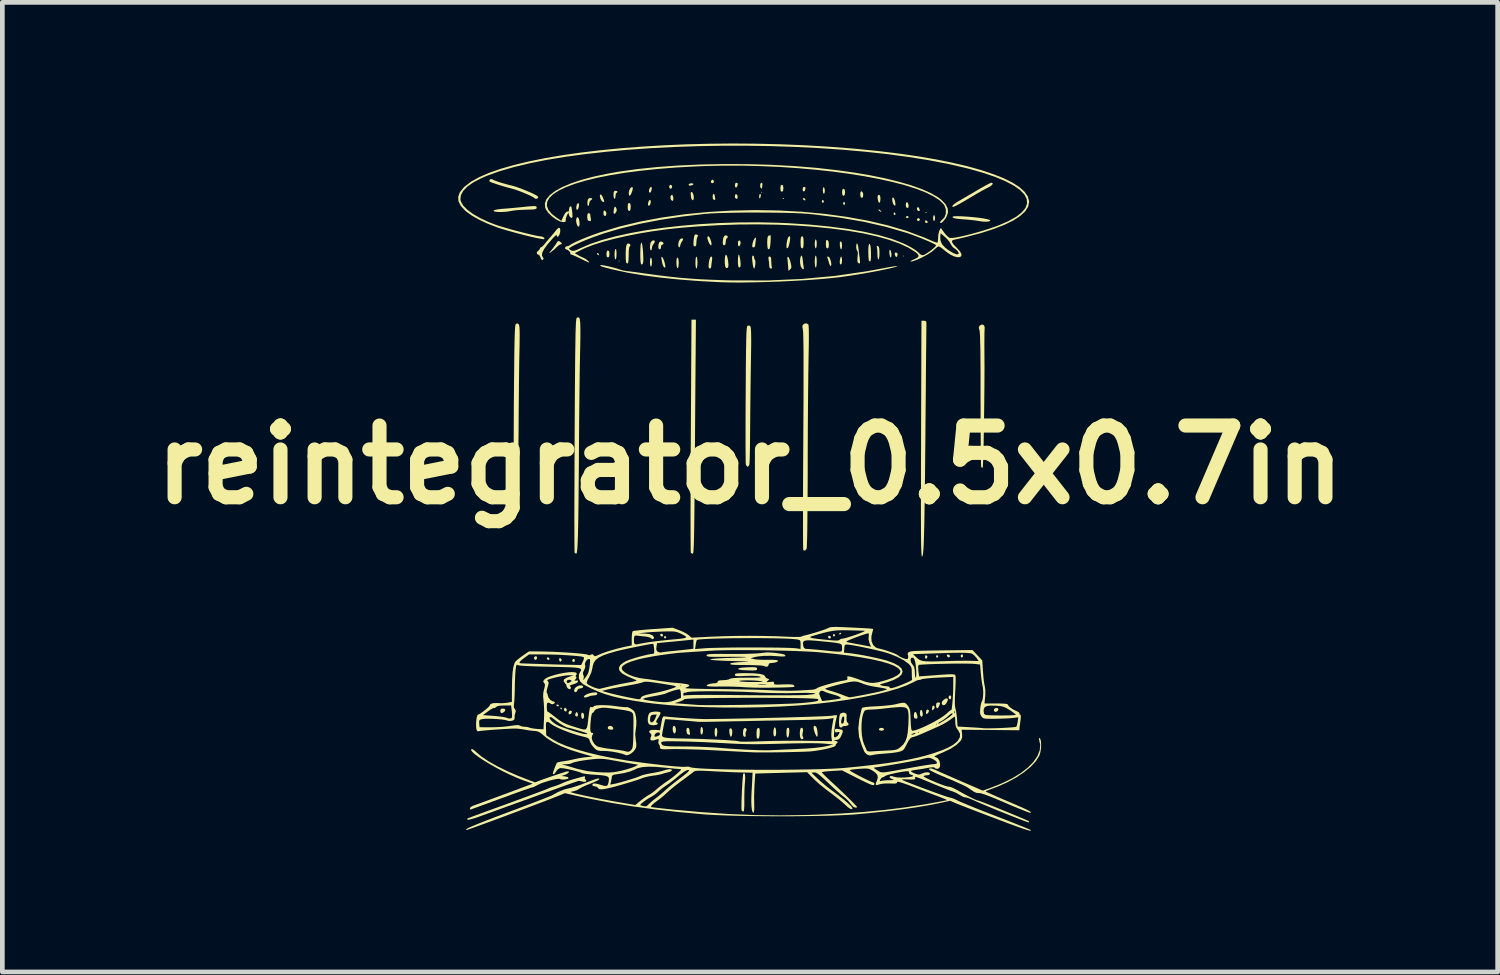
<source format=kicad_pcb>
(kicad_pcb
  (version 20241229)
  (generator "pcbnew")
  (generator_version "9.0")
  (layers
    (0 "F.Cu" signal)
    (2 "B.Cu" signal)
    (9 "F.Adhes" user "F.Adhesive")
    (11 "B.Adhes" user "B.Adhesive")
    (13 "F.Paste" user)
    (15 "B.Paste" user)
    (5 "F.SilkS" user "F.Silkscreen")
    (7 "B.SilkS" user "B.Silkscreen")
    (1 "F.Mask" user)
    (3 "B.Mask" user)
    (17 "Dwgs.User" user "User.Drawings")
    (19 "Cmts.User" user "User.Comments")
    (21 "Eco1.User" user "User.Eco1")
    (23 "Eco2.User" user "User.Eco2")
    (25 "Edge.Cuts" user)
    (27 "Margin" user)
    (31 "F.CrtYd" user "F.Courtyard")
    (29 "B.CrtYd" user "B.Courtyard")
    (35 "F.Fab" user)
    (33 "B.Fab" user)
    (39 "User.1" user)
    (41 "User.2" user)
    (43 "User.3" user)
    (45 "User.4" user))
  (footprint "reintegrator_0.5x0.7in"
    (layer "F.Cu")
    (at 12.889 6.828)
    (property "Reference" "reintegrator_0.5x0.7in" (at 0 0 0) (layer "F.SilkS") (effects (font (size 1.524 1.524) (thickness 0.3))))
    (attr board_only exclude_from_pos_files exclude_from_bom)
    (fp_poly (pts (xy -2.772 -4.33) (xy -2.783 -4.319) (xy -2.794 -4.33) (xy -2.783 -4.341)) (stroke (width 0) (type solid)) (fill yes) (layer "F.SilkS"))
    (fp_poly (pts (xy 0.258 -5.791) (xy 0.247 -5.781) (xy 0.236 -5.791) (xy 0.247 -5.802)) (stroke (width 0) (type solid)) (fill yes) (layer "F.SilkS"))
    (fp_poly (pts (xy 3.266 -4.437) (xy 3.256 -4.427) (xy 3.245 -4.437) (xy 3.256 -4.448)) (stroke (width 0) (type solid)) (fill yes) (layer "F.SilkS"))
    (fp_poly (pts (xy 0.723 -5.666) (xy 0.721 -5.653) (xy 0.709 -5.652) (xy 0.691 -5.659) (xy 0.695 -5.666) (xy 0.72 -5.669)) (stroke (width 0) (type solid)) (fill yes) (layer "F.SilkS"))
    (fp_poly (pts (xy 3.753 -5.365) (xy 3.75 -5.352) (xy 3.739 -5.351) (xy 3.721 -5.359) (xy 3.725 -5.365) (xy 3.75 -5.368)) (stroke (width 0) (type solid)) (fill yes) (layer "F.SilkS"))
    (fp_poly (pts (xy -4.281 4.094) (xy -4.26 4.122) (xy -4.269 4.144) (xy -4.285 4.147) (xy -4.315 4.13) (xy -4.319 4.113) (xy -4.307 4.09)) (stroke (width 0) (type solid)) (fill yes) (layer "F.SilkS"))
    (fp_poly (pts (xy -4.014 4.122) (xy -4 4.151) (xy -4.013 4.172) (xy -4.037 4.184) (xy -4.053 4.161) (xy -4.058 4.121) (xy -4.04 4.107)) (stroke (width 0) (type solid)) (fill yes) (layer "F.SilkS"))
    (fp_poly (pts (xy -3.735 4.126) (xy -3.722 4.153) (xy -3.73 4.185) (xy -3.75 4.19) (xy -3.777 4.175) (xy -3.778 4.157) (xy -3.76 4.124)) (stroke (width 0) (type solid)) (fill yes) (layer "F.SilkS"))
    (fp_poly (pts (xy -3.225 -4.495) (xy -3.216 -4.48) (xy -3.207 -4.453) (xy -3.222 -4.455) (xy -3.242 -4.467) (xy -3.257 -4.489) (xy -3.249 -4.499)) (stroke (width 0) (type solid)) (fill yes) (layer "F.SilkS"))
    (fp_poly (pts (xy 1.165 -5.656) (xy 1.181 -5.627) (xy 1.165 -5.619) (xy 1.139 -5.63) (xy 1.12 -5.654) (xy 1.124 -5.665) (xy 1.15 -5.666)) (stroke (width 0) (type solid)) (fill yes) (layer "F.SilkS"))
    (fp_poly (pts (xy 1.932 3.573) (xy 1.936 3.583) (xy 1.92 3.603) (xy 1.911 3.607) (xy 1.893 3.6) (xy 1.894 3.59) (xy 1.913 3.567)) (stroke (width 0) (type solid)) (fill yes) (layer "F.SilkS"))
    (fp_poly (pts (xy 2.754 -5.422) (xy 2.772 -5.405) (xy 2.791 -5.377) (xy 2.778 -5.377) (xy 2.751 -5.393) (xy 2.73 -5.416) (xy 2.732 -5.425)) (stroke (width 0) (type solid)) (fill yes) (layer "F.SilkS"))
    (fp_poly (pts (xy 3.771 -5.174) (xy 3.775 -5.148) (xy 3.752 -5.136) (xy 3.722 -5.153) (xy 3.718 -5.17) (xy 3.73 -5.195) (xy 3.743 -5.195)) (stroke (width 0) (type solid)) (fill yes) (layer "F.SilkS"))
    (fp_poly (pts (xy 4.234 4.04) (xy 4.253 4.065) (xy 4.242 4.083) (xy 4.214 4.093) (xy 4.193 4.075) (xy 4.18 4.043) (xy 4.199 4.029)) (stroke (width 0) (type solid)) (fill yes) (layer "F.SilkS"))
    (fp_poly (pts (xy -4.537 4.07) (xy -4.525 4.098) (xy -4.534 4.131) (xy -4.557 4.147) (xy -4.583 4.132) (xy -4.589 4.124) (xy -4.59 4.092) (xy -4.566 4.069)) (stroke (width 0) (type solid)) (fill yes) (layer "F.SilkS"))
    (fp_poly (pts (xy -4.066 5.104) (xy -4.061 5.114) (xy -4.077 5.135) (xy -4.082 5.136) (xy -4.111 5.12) (xy -4.115 5.114) (xy -4.11 5.096) (xy -4.095 5.093)) (stroke (width 0) (type solid)) (fill yes) (layer "F.SilkS"))
    (fp_poly (pts (xy -3.998 5.173) (xy -3.997 5.179) (xy -4.004 5.2) (xy -4.006 5.2) (xy -4.025 5.185) (xy -4.029 5.179) (xy -4.027 5.159) (xy -4.02 5.157)) (stroke (width 0) (type solid)) (fill yes) (layer "F.SilkS"))
    (fp_poly (pts (xy -3.897 5.194) (xy -3.893 5.207) (xy -3.903 5.238) (xy -3.92 5.243) (xy -3.948 5.225) (xy -3.954 5.199) (xy -3.943 5.167) (xy -3.919 5.166)) (stroke (width 0) (type solid)) (fill yes) (layer "F.SilkS"))
    (fp_poly (pts (xy -3.787 5.238) (xy -3.786 5.258) (xy -3.806 5.294) (xy -3.837 5.304) (xy -3.852 5.295) (xy -3.858 5.265) (xy -3.839 5.234) (xy -3.81 5.222)) (stroke (width 0) (type solid)) (fill yes) (layer "F.SilkS"))
    (fp_poly (pts (xy -3.666 5.272) (xy -3.657 5.302) (xy -3.662 5.342) (xy -3.685 5.351) (xy -3.712 5.336) (xy -3.714 5.302) (xy -3.7 5.265) (xy -3.685 5.254)) (stroke (width 0) (type solid)) (fill yes) (layer "F.SilkS"))
    (fp_poly (pts (xy -1.852 3.606) (xy -1.848 3.621) (xy -1.861 3.65) (xy -1.891 3.645) (xy -1.898 3.639) (xy -1.912 3.607) (xy -1.89 3.589) (xy -1.88 3.589)) (stroke (width 0) (type solid)) (fill yes) (layer "F.SilkS"))
    (fp_poly (pts (xy -1.781 3.658) (xy -1.78 3.664) (xy -1.797 3.689) (xy -1.803 3.692) (xy -1.823 3.682) (xy -1.827 3.664) (xy -1.816 3.637) (xy -1.803 3.636)) (stroke (width 0) (type solid)) (fill yes) (layer "F.SilkS"))
    (fp_poly (pts (xy -1.661 -5.935) (xy -1.655 -5.909) (xy -1.668 -5.874) (xy -1.687 -5.866) (xy -1.713 -5.884) (xy -1.719 -5.909) (xy -1.706 -5.944) (xy -1.687 -5.952)) (stroke (width 0) (type solid)) (fill yes) (layer "F.SilkS"))
    (fp_poly (pts (xy -1.212 -5.977) (xy -1.203 -5.963) (xy -1.221 -5.945) (xy -1.259 -5.935) (xy -1.3 -5.936) (xy -1.306 -5.956) (xy -1.283 -5.977) (xy -1.245 -5.984)) (stroke (width 0) (type solid)) (fill yes) (layer "F.SilkS"))
    (fp_poly (pts (xy -0.269 -5.726) (xy -0.262 -5.698) (xy -0.268 -5.66) (xy -0.289 -5.652) (xy -0.316 -5.67) (xy -0.322 -5.707) (xy -0.312 -5.747) (xy -0.29 -5.752)) (stroke (width 0) (type solid)) (fill yes) (layer "F.SilkS"))
    (fp_poly (pts (xy 0.229 -5.742) (xy 0.23 -5.717) (xy 0.217 -5.672) (xy 0.203 -5.66) (xy 0.194 -5.686) (xy 0.193 -5.702) (xy 0.2 -5.744) (xy 0.215 -5.759)) (stroke (width 0) (type solid)) (fill yes) (layer "F.SilkS"))
    (fp_poly (pts (xy 1.177 -5.893) (xy 1.178 -5.863) (xy 1.162 -5.82) (xy 1.139 -5.807) (xy 1.121 -5.828) (xy 1.117 -5.854) (xy 1.129 -5.899) (xy 1.151 -5.909)) (stroke (width 0) (type solid)) (fill yes) (layer "F.SilkS"))
    (fp_poly (pts (xy 1.566 -5.613) (xy 1.569 -5.598) (xy 1.557 -5.569) (xy 1.547 -5.566) (xy 1.528 -5.583) (xy 1.526 -5.598) (xy 1.537 -5.626) (xy 1.547 -5.63)) (stroke (width 0) (type solid)) (fill yes) (layer "F.SilkS"))
    (fp_poly (pts (xy 1.715 3.649) (xy 1.719 3.664) (xy 1.706 3.693) (xy 1.676 3.688) (xy 1.669 3.682) (xy 1.655 3.65) (xy 1.678 3.632) (xy 1.687 3.632)) (stroke (width 0) (type solid)) (fill yes) (layer "F.SilkS"))
    (fp_poly (pts (xy 1.807 3.615) (xy 1.808 3.621) (xy 1.792 3.646) (xy 1.785 3.649) (xy 1.766 3.639) (xy 1.762 3.621) (xy 1.773 3.594) (xy 1.785 3.593)) (stroke (width 0) (type solid)) (fill yes) (layer "F.SilkS"))
    (fp_poly (pts (xy 2.018 -5.57) (xy 2.02 -5.555) (xy 2.008 -5.526) (xy 1.998 -5.523) (xy 1.979 -5.54) (xy 1.977 -5.555) (xy 1.989 -5.584) (xy 1.998 -5.587)) (stroke (width 0) (type solid)) (fill yes) (layer "F.SilkS"))
    (fp_poly (pts (xy 3.073 -5.362) (xy 3.094 -5.334) (xy 3.094 -5.328) (xy 3.078 -5.308) (xy 3.073 -5.308) (xy 3.054 -5.325) (xy 3.051 -5.341) (xy 3.062 -5.364)) (stroke (width 0) (type solid)) (fill yes) (layer "F.SilkS"))
    (fp_poly (pts (xy 3.359 -5.558) (xy 3.37 -5.516) (xy 3.367 -5.471) (xy 3.343 -5.458) (xy 3.317 -5.475) (xy 3.309 -5.524) (xy 3.318 -5.571) (xy 3.338 -5.582)) (stroke (width 0) (type solid)) (fill yes) (layer "F.SilkS"))
    (fp_poly (pts (xy 3.37 -5.275) (xy 3.374 -5.265) (xy 3.356 -5.246) (xy 3.342 -5.243) (xy 3.313 -5.255) (xy 3.309 -5.265) (xy 3.327 -5.284) (xy 3.342 -5.286)) (stroke (width 0) (type solid)) (fill yes) (layer "F.SilkS"))
    (fp_poly (pts (xy 3.597 -5.446) (xy 3.609 -5.408) (xy 3.598 -5.395) (xy 3.578 -5.394) (xy 3.552 -5.412) (xy 3.546 -5.437) (xy 3.556 -5.474) (xy 3.579 -5.474)) (stroke (width 0) (type solid)) (fill yes) (layer "F.SilkS"))
    (fp_poly (pts (xy 3.606 -5.226) (xy 3.61 -5.211) (xy 3.593 -5.183) (xy 3.578 -5.179) (xy 3.549 -5.196) (xy 3.546 -5.211) (xy 3.563 -5.24) (xy 3.578 -5.243)) (stroke (width 0) (type solid)) (fill yes) (layer "F.SilkS"))
    (fp_poly (pts (xy 3.769 4.072) (xy 3.771 4.083) (xy 3.754 4.115) (xy 3.744 4.121) (xy 3.723 4.111) (xy 3.718 4.083) (xy 3.727 4.049) (xy 3.744 4.045)) (stroke (width 0) (type solid)) (fill yes) (layer "F.SilkS"))
    (fp_poly (pts (xy 3.923 5.138) (xy 3.921 5.17) (xy 3.903 5.196) (xy 3.878 5.217) (xy 3.869 5.204) (xy 3.868 5.173) (xy 3.877 5.127) (xy 3.898 5.115)) (stroke (width 0) (type solid)) (fill yes) (layer "F.SilkS"))
    (fp_poly (pts (xy 3.999 4.066) (xy 4 4.072) (xy 3.983 4.097) (xy 3.977 4.1) (xy 3.957 4.09) (xy 3.954 4.072) (xy 3.965 4.045) (xy 3.977 4.044)) (stroke (width 0) (type solid)) (fill yes) (layer "F.SilkS"))
    (fp_poly (pts (xy 4.273 4.918) (xy 4.276 4.942) (xy 4.265 4.979) (xy 4.24 4.982) (xy 4.223 4.964) (xy 4.22 4.928) (xy 4.243 4.902) (xy 4.256 4.899)) (stroke (width 0) (type solid)) (fill yes) (layer "F.SilkS"))
    (fp_poly (pts (xy 4.523 4.04) (xy 4.525 4.076) (xy 4.518 4.087) (xy 4.491 4.094) (xy 4.48 4.083) (xy 4.479 4.047) (xy 4.486 4.036) (xy 4.513 4.028)) (stroke (width 0) (type solid)) (fill yes) (layer "F.SilkS"))
    (fp_poly (pts (xy -3.084 -5.402) (xy -3.059 -5.373) (xy -3.051 -5.338) (xy -3.063 -5.296) (xy -3.084 -5.286) (xy -3.109 -5.305) (xy -3.116 -5.35) (xy -3.11 -5.394) (xy -3.091 -5.404)) (stroke (width 0) (type solid)) (fill yes) (layer "F.SilkS"))
    (fp_poly (pts (xy -0.774 -6.043) (xy -0.767 -6.029) (xy -0.771 -6) (xy -0.797 -5.984) (xy -0.825 -5.992) (xy -0.828 -5.996) (xy -0.83 -6.031) (xy -0.808 -6.057) (xy -0.796 -6.06)) (stroke (width 0) (type solid)) (fill yes) (layer "F.SilkS"))
    (fp_poly (pts (xy -0.262 -5.985) (xy -0.262 -5.948) (xy -0.271 -5.922) (xy -0.293 -5.891) (xy -0.313 -5.898) (xy -0.322 -5.941) (xy -0.322 -5.942) (xy -0.311 -5.985) (xy -0.29 -5.995)) (stroke (width 0) (type solid)) (fill yes) (layer "F.SilkS"))
    (fp_poly (pts (xy 3.132 -4.495) (xy 3.137 -4.471) (xy 3.128 -4.43) (xy 3.108 -4.416) (xy 3.087 -4.437) (xy 3.086 -4.439) (xy 3.074 -4.489) (xy 3.089 -4.511) (xy 3.105 -4.513)) (stroke (width 0) (type solid)) (fill yes) (layer "F.SilkS"))
    (fp_poly (pts (xy 3.8 5.216) (xy 3.804 5.23) (xy 3.788 5.268) (xy 3.771 5.286) (xy 3.748 5.299) (xy 3.74 5.279) (xy 3.739 5.257) (xy 3.75 5.212) (xy 3.771 5.2)) (stroke (width 0) (type solid)) (fill yes) (layer "F.SilkS"))
    (fp_poly (pts (xy 5.279 5.189) (xy 5.271 5.222) (xy 5.264 5.23) (xy 5.226 5.25) (xy 5.206 5.25) (xy 5.181 5.224) (xy 5.188 5.19) (xy 5.215 5.17) (xy 5.257 5.167)) (stroke (width 0) (type solid)) (fill yes) (layer "F.SilkS"))
    (fp_poly (pts (xy -5.211 5.19) (xy -5.2 5.21) (xy -5.216 5.242) (xy -5.249 5.268) (xy -5.283 5.276) (xy -5.294 5.271) (xy -5.306 5.24) (xy -5.308 5.218) (xy -5.293 5.187) (xy -5.254 5.179)) (stroke (width 0) (type solid)) (fill yes) (layer "F.SilkS"))
    (fp_poly (pts (xy -2.93 5.559) (xy -2.905 5.593) (xy -2.911 5.622) (xy -2.951 5.63) (xy -2.952 5.63) (xy -2.999 5.622) (xy -3.02 5.607) (xy -3.021 5.573) (xy -3.013 5.562) (xy -2.973 5.546)) (stroke (width 0) (type solid)) (fill yes) (layer "F.SilkS"))
    (fp_poly (pts (xy -2.11 -5.613) (xy -2.11 -5.575) (xy -2.121 -5.534) (xy -2.14 -5.508) (xy -2.144 -5.506) (xy -2.167 -5.515) (xy -2.17 -5.53) (xy -2.162 -5.583) (xy -2.141 -5.621) (xy -2.124 -5.63)) (stroke (width 0) (type solid)) (fill yes) (layer "F.SilkS"))
    (fp_poly (pts (xy -2.094 -5.904) (xy -2.087 -5.875) (xy -2.095 -5.831) (xy -2.112 -5.793) (xy -2.128 -5.781) (xy -2.146 -5.798) (xy -2.149 -5.818) (xy -2.14 -5.863) (xy -2.12 -5.897) (xy -2.099 -5.908)) (stroke (width 0) (type solid)) (fill yes) (layer "F.SilkS"))
    (fp_poly (pts (xy -1.641 -5.719) (xy -1.629 -5.674) (xy -1.629 -5.673) (xy -1.631 -5.625) (xy -1.65 -5.607) (xy -1.675 -5.625) (xy -1.687 -5.651) (xy -1.691 -5.701) (xy -1.672 -5.733) (xy -1.656 -5.738)) (stroke (width 0) (type solid)) (fill yes) (layer "F.SilkS"))
    (fp_poly (pts (xy -0.204 -4.749) (xy -0.199 -4.713) (xy -0.21 -4.671) (xy -0.23 -4.644) (xy -0.238 -4.642) (xy -0.252 -4.66) (xy -0.258 -4.705) (xy -0.258 -4.706) (xy -0.25 -4.755) (xy -0.23 -4.771)) (stroke (width 0) (type solid)) (fill yes) (layer "F.SilkS"))
    (fp_poly (pts (xy 0.263 -5.978) (xy 0.262 -5.931) (xy 0.254 -5.883) (xy 0.246 -5.869) (xy 0.231 -5.879) (xy 0.229 -5.881) (xy 0.216 -5.914) (xy 0.217 -5.957) (xy 0.231 -5.99) (xy 0.243 -5.995)) (stroke (width 0) (type solid)) (fill yes) (layer "F.SilkS"))
    (fp_poly (pts (xy 1.569 -5.899) (xy 1.584 -5.87) (xy 1.59 -5.822) (xy 1.584 -5.778) (xy 1.569 -5.759) (xy 1.555 -5.778) (xy 1.547 -5.825) (xy 1.547 -5.836) (xy 1.552 -5.884) (xy 1.566 -5.9)) (stroke (width 0) (type solid)) (fill yes) (layer "F.SilkS"))
    (fp_poly (pts (xy 2.375 -5.81) (xy 2.399 -5.781) (xy 2.407 -5.735) (xy 2.397 -5.686) (xy 2.375 -5.673) (xy 2.351 -5.69) (xy 2.342 -5.742) (xy 2.342 -5.748) (xy 2.347 -5.797) (xy 2.362 -5.813)) (stroke (width 0) (type solid)) (fill yes) (layer "F.SilkS"))
    (fp_poly (pts (xy 2.762 -5.723) (xy 2.771 -5.676) (xy 2.772 -5.652) (xy 2.766 -5.593) (xy 2.752 -5.567) (xy 2.734 -5.579) (xy 2.721 -5.614) (xy 2.709 -5.689) (xy 2.72 -5.73) (xy 2.74 -5.738)) (stroke (width 0) (type solid)) (fill yes) (layer "F.SilkS"))
    (fp_poly (pts (xy 2.827 5.595) (xy 2.849 5.616) (xy 2.838 5.639) (xy 2.801 5.651) (xy 2.794 5.652) (xy 2.753 5.641) (xy 2.74 5.63) (xy 2.743 5.607) (xy 2.773 5.592) (xy 2.815 5.592)) (stroke (width 0) (type solid)) (fill yes) (layer "F.SilkS"))
    (fp_poly (pts (xy 4.204 4.974) (xy 4.2 5.011) (xy 4.171 5.071) (xy 4.134 5.105) (xy 4.099 5.109) (xy 4.074 5.079) (xy 4.078 5.039) (xy 4.11 4.998) (xy 4.154 4.969) (xy 4.18 4.964)) (stroke (width 0) (type solid)) (fill yes) (layer "F.SilkS"))
    (fp_poly (pts (xy -3.54 5.282) (xy -3.533 5.295) (xy -3.525 5.342) (xy -3.534 5.382) (xy -3.555 5.4) (xy -3.562 5.399) (xy -3.58 5.376) (xy -3.588 5.333) (xy -3.585 5.291) (xy -3.572 5.266) (xy -3.567 5.265)) (stroke (width 0) (type solid)) (fill yes) (layer "F.SilkS"))
    (fp_poly (pts (xy -2.86 -5.481) (xy -2.847 -5.465) (xy -2.831 -5.419) (xy -2.842 -5.379) (xy -2.869 -5.338) (xy -2.891 -5.333) (xy -2.901 -5.363) (xy -2.901 -5.367) (xy -2.895 -5.418) (xy -2.887 -5.453) (xy -2.875 -5.487)) (stroke (width 0) (type solid)) (fill yes) (layer "F.SilkS"))
    (fp_poly (pts (xy -2.496 -5.901) (xy -2.491 -5.875) (xy -2.5 -5.828) (xy -2.519 -5.775) (xy -2.541 -5.733) (xy -2.56 -5.716) (xy -2.573 -5.735) (xy -2.578 -5.775) (xy -2.568 -5.83) (xy -2.544 -5.877) (xy -2.515 -5.902)) (stroke (width 0) (type solid)) (fill yes) (layer "F.SilkS"))
    (fp_poly (pts (xy -1.589 5.566) (xy -1.575 5.611) (xy -1.576 5.663) (xy -1.592 5.702) (xy -1.603 5.71) (xy -1.623 5.697) (xy -1.64 5.655) (xy -1.641 5.648) (xy -1.644 5.593) (xy -1.633 5.556) (xy -1.611 5.546)) (stroke (width 0) (type solid)) (fill yes) (layer "F.SilkS"))
    (fp_poly (pts (xy -1.524 -4.384) (xy -1.516 -4.323) (xy -1.515 -4.294) (xy -1.52 -4.218) (xy -1.532 -4.18) (xy -1.547 -4.182) (xy -1.559 -4.224) (xy -1.564 -4.287) (xy -1.562 -4.364) (xy -1.55 -4.401) (xy -1.541 -4.405)) (stroke (width 0) (type solid)) (fill yes) (layer "F.SilkS"))
    (fp_poly (pts (xy -1.295 5.605) (xy -1.289 5.628) (xy -1.283 5.682) (xy -1.276 5.704) (xy -1.278 5.733) (xy -1.295 5.738) (xy -1.33 5.72) (xy -1.341 5.704) (xy -1.353 5.645) (xy -1.345 5.602) (xy -1.322 5.587)) (stroke (width 0) (type solid)) (fill yes) (layer "F.SilkS"))
    (fp_poly (pts (xy -1.233 -5.795) (xy -1.227 -5.79) (xy -1.206 -5.749) (xy -1.195 -5.696) (xy -1.197 -5.648) (xy -1.213 -5.623) (xy -1.235 -5.631) (xy -1.252 -5.678) (xy -1.255 -5.699) (xy -1.262 -5.767) (xy -1.254 -5.8)) (stroke (width 0) (type solid)) (fill yes) (layer "F.SilkS"))
    (fp_poly (pts (xy -0.754 -5.742) (xy -0.752 -5.729) (xy -0.745 -5.681) (xy -0.739 -5.664) (xy -0.741 -5.635) (xy -0.761 -5.63) (xy -0.787 -5.646) (xy -0.795 -5.695) (xy -0.789 -5.74) (xy -0.774 -5.759) (xy -0.774 -5.759)) (stroke (width 0) (type solid)) (fill yes) (layer "F.SilkS"))
    (fp_poly (pts (xy -0.704 5.603) (xy -0.696 5.656) (xy -0.696 5.684) (xy -0.705 5.753) (xy -0.721 5.782) (xy -0.739 5.772) (xy -0.75 5.721) (xy -0.752 5.684) (xy -0.747 5.617) (xy -0.73 5.589) (xy -0.723 5.587)) (stroke (width 0) (type solid)) (fill yes) (layer "F.SilkS"))
    (fp_poly (pts (xy 0.827 5.596) (xy 0.835 5.63) (xy 0.834 5.688) (xy 0.823 5.761) (xy 0.806 5.796) (xy 0.789 5.792) (xy 0.777 5.75) (xy 0.774 5.696) (xy 0.777 5.629) (xy 0.788 5.595) (xy 0.807 5.587)) (stroke (width 0) (type solid)) (fill yes) (layer "F.SilkS"))
    (fp_poly (pts (xy 1.644 -4.778) (xy 1.668 -4.746) (xy 1.676 -4.682) (xy 1.671 -4.623) (xy 1.652 -4.6) (xy 1.644 -4.599) (xy 1.623 -4.611) (xy 1.613 -4.655) (xy 1.612 -4.695) (xy 1.615 -4.754) (xy 1.625 -4.779)) (stroke (width 0) (type solid)) (fill yes) (layer "F.SilkS"))
    (fp_poly (pts (xy 2.976 -4.57) (xy 2.991 -4.548) (xy 3.002 -4.503) (xy 3.005 -4.453) (xy 3 -4.416) (xy 2.991 -4.405) (xy 2.976 -4.424) (xy 2.964 -4.472) (xy 2.962 -4.491) (xy 2.961 -4.548) (xy 2.972 -4.571)) (stroke (width 0) (type solid)) (fill yes) (layer "F.SilkS"))
    (fp_poly (pts (xy 3.657 5.225) (xy 3.67 5.281) (xy 3.671 5.283) (xy 3.669 5.332) (xy 3.65 5.35) (xy 3.644 5.351) (xy 3.62 5.337) (xy 3.61 5.289) (xy 3.61 5.274) (xy 3.618 5.221) (xy 3.636 5.205)) (stroke (width 0) (type solid)) (fill yes) (layer "F.SilkS"))
    (fp_poly (pts (xy 4.029 5.052) (xy 4.037 5.067) (xy 4.026 5.106) (xy 4.019 5.124) (xy 3.993 5.169) (xy 3.969 5.174) (xy 3.955 5.139) (xy 3.954 5.114) (xy 3.961 5.067) (xy 3.986 5.051) (xy 3.997 5.05)) (stroke (width 0) (type solid)) (fill yes) (layer "F.SilkS"))
    (fp_poly (pts (xy -3.644 -5.244) (xy -3.627 -5.188) (xy -3.625 -5.173) (xy -3.622 -5.107) (xy -3.631 -5.067) (xy -3.649 -5.06) (xy -3.673 -5.089) (xy -3.691 -5.143) (xy -3.696 -5.2) (xy -3.688 -5.245) (xy -3.668 -5.265) (xy -3.667 -5.265)) (stroke (width 0) (type solid)) (fill yes) (layer "F.SilkS"))
    (fp_poly (pts (xy -3.638 -5.555) (xy -3.634 -5.514) (xy -3.635 -5.5) (xy -3.648 -5.449) (xy -3.669 -5.421) (xy -3.671 -5.42) (xy -3.69 -5.426) (xy -3.693 -5.466) (xy -3.692 -5.481) (xy -3.68 -5.532) (xy -3.659 -5.56) (xy -3.657 -5.561)) (stroke (width 0) (type solid)) (fill yes) (layer "F.SilkS"))
    (fp_poly (pts (xy -3.162 -5.74) (xy -3.133 -5.696) (xy -3.128 -5.684) (xy -3.105 -5.626) (xy -3.097 -5.598) (xy -3.105 -5.588) (xy -3.125 -5.587) (xy -3.151 -5.605) (xy -3.176 -5.65) (xy -3.179 -5.656) (xy -3.192 -5.716) (xy -3.184 -5.745)) (stroke (width 0) (type solid)) (fill yes) (layer "F.SilkS"))
    (fp_poly (pts (xy -2.995 -4.539) (xy -2.987 -4.487) (xy -2.987 -4.48) (xy -2.994 -4.425) (xy -3.016 -4.405) (xy -3.019 -4.405) (xy -3.043 -4.422) (xy -3.051 -4.474) (xy -3.051 -4.48) (xy -3.044 -4.536) (xy -3.022 -4.556) (xy -3.019 -4.556)) (stroke (width 0) (type solid)) (fill yes) (layer "F.SilkS"))
    (fp_poly (pts (xy -2.845 -4.577) (xy -2.838 -4.528) (xy -2.837 -4.482) (xy -2.84 -4.417) (xy -2.849 -4.373) (xy -2.858 -4.362) (xy -2.87 -4.382) (xy -2.878 -4.431) (xy -2.88 -4.468) (xy -2.876 -4.533) (xy -2.865 -4.577) (xy -2.858 -4.588)) (stroke (width 0) (type solid)) (fill yes) (layer "F.SilkS"))
    (fp_poly (pts (xy -2.546 -5.551) (xy -2.536 -5.504) (xy -2.536 -5.48) (xy -2.541 -5.42) (xy -2.559 -5.395) (xy -2.568 -5.394) (xy -2.59 -5.408) (xy -2.6 -5.455) (xy -2.6 -5.48) (xy -2.595 -5.539) (xy -2.577 -5.564) (xy -2.568 -5.566)) (stroke (width 0) (type solid)) (fill yes) (layer "F.SilkS"))
    (fp_poly (pts (xy -2.093 -4.386) (xy -2.085 -4.337) (xy -2.084 -4.309) (xy -2.089 -4.251) (xy -2.099 -4.216) (xy -2.106 -4.212) (xy -2.119 -4.231) (xy -2.126 -4.28) (xy -2.127 -4.309) (xy -2.123 -4.366) (xy -2.112 -4.401) (xy -2.106 -4.405)) (stroke (width 0) (type solid)) (fill yes) (layer "F.SilkS"))
    (fp_poly (pts (xy -1.127 -4.407) (xy -1.12 -4.356) (xy -1.117 -4.298) (xy -1.121 -4.229) (xy -1.129 -4.183) (xy -1.139 -4.169) (xy -1.15 -4.188) (xy -1.158 -4.24) (xy -1.16 -4.298) (xy -1.157 -4.366) (xy -1.149 -4.413) (xy -1.139 -4.427)) (stroke (width 0) (type solid)) (fill yes) (layer "F.SilkS"))
    (fp_poly (pts (xy -1.026 5.571) (xy -1.008 5.596) (xy -0.999 5.646) (xy -0.999 5.652) (xy -1.006 5.703) (xy -1.024 5.731) (xy -1.026 5.732) (xy -1.045 5.722) (xy -1.053 5.675) (xy -1.053 5.652) (xy -1.048 5.591) (xy -1.033 5.57)) (stroke (width 0) (type solid)) (fill yes) (layer "F.SilkS"))
    (fp_poly (pts (xy -0.863 -4.838) (xy -0.843 -4.795) (xy -0.825 -4.742) (xy -0.817 -4.697) (xy -0.817 -4.692) (xy -0.824 -4.664) (xy -0.843 -4.671) (xy -0.869 -4.71) (xy -0.886 -4.748) (xy -0.907 -4.813) (xy -0.904 -4.847) (xy -0.88 -4.857)) (stroke (width 0) (type solid)) (fill yes) (layer "F.SilkS"))
    (fp_poly (pts (xy -0.39 5.615) (xy -0.378 5.65) (xy -0.378 5.701) (xy -0.386 5.749) (xy -0.402 5.778) (xy -0.408 5.781) (xy -0.422 5.762) (xy -0.435 5.715) (xy -0.437 5.7) (xy -0.441 5.637) (xy -0.43 5.602) (xy -0.406 5.6)) (stroke (width 0) (type solid)) (fill yes) (layer "F.SilkS"))
    (fp_poly (pts (xy 0.542 5.595) (xy 0.552 5.64) (xy 0.555 5.695) (xy 0.55 5.743) (xy 0.539 5.765) (xy 0.516 5.772) (xy 0.504 5.754) (xy 0.496 5.709) (xy 0.498 5.653) (xy 0.507 5.604) (xy 0.522 5.578) (xy 0.526 5.576)) (stroke (width 0) (type solid)) (fill yes) (layer "F.SilkS"))
    (fp_poly (pts (xy 0.701 -5.936) (xy 0.709 -5.884) (xy 0.709 -5.877) (xy 0.702 -5.822) (xy 0.68 -5.802) (xy 0.677 -5.802) (xy 0.653 -5.818) (xy 0.645 -5.87) (xy 0.645 -5.877) (xy 0.652 -5.933) (xy 0.674 -5.952) (xy 0.677 -5.952)) (stroke (width 0) (type solid)) (fill yes) (layer "F.SilkS"))
    (fp_poly (pts (xy 1.408 -4.429) (xy 1.416 -4.378) (xy 1.418 -4.319) (xy 1.415 -4.251) (xy 1.406 -4.204) (xy 1.397 -4.19) (xy 1.385 -4.21) (xy 1.378 -4.261) (xy 1.375 -4.319) (xy 1.379 -4.388) (xy 1.387 -4.435) (xy 1.397 -4.448)) (stroke (width 0) (type solid)) (fill yes) (layer "F.SilkS"))
    (fp_poly (pts (xy 1.41 -4.773) (xy 1.417 -4.724) (xy 1.418 -4.695) (xy 1.414 -4.638) (xy 1.403 -4.603) (xy 1.397 -4.599) (xy 1.384 -4.618) (xy 1.376 -4.666) (xy 1.375 -4.695) (xy 1.38 -4.753) (xy 1.39 -4.788) (xy 1.397 -4.792)) (stroke (width 0) (type solid)) (fill yes) (layer "F.SilkS"))
    (fp_poly (pts (xy 1.948 -4.729) (xy 1.955 -4.671) (xy 1.955 -4.663) (xy 1.951 -4.609) (xy 1.941 -4.579) (xy 1.936 -4.577) (xy 1.922 -4.596) (xy 1.911 -4.644) (xy 1.909 -4.663) (xy 1.908 -4.724) (xy 1.923 -4.748) (xy 1.928 -4.749)) (stroke (width 0) (type solid)) (fill yes) (layer "F.SilkS"))
    (fp_poly (pts (xy 1.948 -4.408) (xy 1.955 -4.36) (xy 1.955 -4.341) (xy 1.949 -4.279) (xy 1.931 -4.255) (xy 1.928 -4.255) (xy 1.91 -4.271) (xy 1.907 -4.324) (xy 1.909 -4.341) (xy 1.918 -4.395) (xy 1.932 -4.425) (xy 1.936 -4.427)) (stroke (width 0) (type solid)) (fill yes) (layer "F.SilkS"))
    (fp_poly (pts (xy 2.012 -5.85) (xy 2.02 -5.798) (xy 2.02 -5.791) (xy 2.013 -5.736) (xy 1.991 -5.716) (xy 1.988 -5.716) (xy 1.964 -5.732) (xy 1.956 -5.784) (xy 1.955 -5.791) (xy 1.962 -5.847) (xy 1.985 -5.866) (xy 1.988 -5.866)) (stroke (width 0) (type solid)) (fill yes) (layer "F.SilkS"))
    (fp_poly (pts (xy 3.055 -5.67) (xy 3.075 -5.625) (xy 3.083 -5.594) (xy 3.091 -5.535) (xy 3.086 -5.51) (xy 3.064 -5.515) (xy 3.06 -5.518) (xy 3.041 -5.548) (xy 3.026 -5.601) (xy 3.024 -5.613) (xy 3.022 -5.666) (xy 3.035 -5.684)) (stroke (width 0) (type solid)) (fill yes) (layer "F.SilkS"))
    (fp_poly (pts (xy 3.537 5.275) (xy 3.554 5.334) (xy 3.554 5.335) (xy 3.559 5.377) (xy 3.542 5.393) (xy 3.525 5.394) (xy 3.493 5.384) (xy 3.482 5.346) (xy 3.481 5.331) (xy 3.487 5.281) (xy 3.501 5.255) (xy 3.521 5.252)) (stroke (width 0) (type solid)) (fill yes) (layer "F.SilkS"))
    (fp_poly (pts (xy 3.926 -5.289) (xy 3.932 -5.244) (xy 3.932 -5.243) (xy 3.926 -5.198) (xy 3.911 -5.179) (xy 3.911 -5.179) (xy 3.896 -5.198) (xy 3.89 -5.243) (xy 3.89 -5.243) (xy 3.896 -5.289) (xy 3.911 -5.308) (xy 3.911 -5.308)) (stroke (width 0) (type solid)) (fill yes) (layer "F.SilkS"))
    (fp_poly (pts (xy -3.361 -5.665) (xy -3.354 -5.645) (xy -3.385 -5.622) (xy -3.409 -5.594) (xy -3.417 -5.556) (xy -3.424 -5.515) (xy -3.44 -5.501) (xy -3.453 -5.52) (xy -3.456 -5.57) (xy -3.456 -5.582) (xy -3.446 -5.638) (xy -3.423 -5.663) (xy -3.401 -5.669)) (stroke (width 0) (type solid)) (fill yes) (layer "F.SilkS"))
    (fp_poly (pts (xy -2.023 -4.757) (xy -2.028 -4.725) (xy -2.052 -4.692) (xy -2.078 -4.646) (xy -2.084 -4.608) (xy -2.092 -4.568) (xy -2.106 -4.556) (xy -2.12 -4.575) (xy -2.127 -4.622) (xy -2.127 -4.637) (xy -2.116 -4.715) (xy -2.084 -4.76) (xy -2.048 -4.771)) (stroke (width 0) (type solid)) (fill yes) (layer "F.SilkS"))
    (fp_poly (pts (xy -1.865 -4.415) (xy -1.842 -4.377) (xy -1.819 -4.314) (xy -1.811 -4.282) (xy -1.799 -4.223) (xy -1.802 -4.196) (xy -1.816 -4.19) (xy -1.837 -4.21) (xy -1.859 -4.263) (xy -1.868 -4.301) (xy -1.88 -4.364) (xy -1.885 -4.408) (xy -1.884 -4.42)) (stroke (width 0) (type solid)) (fill yes) (layer "F.SilkS"))
    (fp_poly (pts (xy -1.422 -4.804) (xy -1.428 -4.774) (xy -1.451 -4.74) (xy -1.476 -4.691) (xy -1.483 -4.659) (xy -1.493 -4.626) (xy -1.504 -4.62) (xy -1.52 -4.639) (xy -1.526 -4.675) (xy -1.515 -4.742) (xy -1.488 -4.793) (xy -1.451 -4.813) (xy -1.45 -4.814)) (stroke (width 0) (type solid)) (fill yes) (layer "F.SilkS"))
    (fp_poly (pts (xy -0.484 -4.422) (xy -0.467 -4.341) (xy -0.466 -4.331) (xy -0.458 -4.245) (xy -0.466 -4.196) (xy -0.49 -4.18) (xy -0.51 -4.184) (xy -0.527 -4.213) (xy -0.536 -4.282) (xy -0.537 -4.334) (xy -0.532 -4.418) (xy -0.52 -4.461) (xy -0.503 -4.462)) (stroke (width 0) (type solid)) (fill yes) (layer "F.SilkS"))
    (fp_poly (pts (xy -0.227 -4.451) (xy -0.216 -4.403) (xy -0.206 -4.34) (xy -0.2 -4.277) (xy -0.201 -4.228) (xy -0.205 -4.21) (xy -0.229 -4.189) (xy -0.246 -4.208) (xy -0.256 -4.265) (xy -0.258 -4.33) (xy -0.255 -4.401) (xy -0.248 -4.451) (xy -0.239 -4.47)) (stroke (width 0) (type solid)) (fill yes) (layer "F.SilkS"))
    (fp_poly (pts (xy -0.092 5.596) (xy -0.081 5.605) (xy -0.07 5.637) (xy -0.082 5.657) (xy -0.096 5.7) (xy -0.093 5.733) (xy -0.092 5.771) (xy -0.116 5.781) (xy -0.139 5.769) (xy -0.149 5.727) (xy -0.15 5.696) (xy -0.143 5.63) (xy -0.122 5.595)) (stroke (width 0) (type solid)) (fill yes) (layer "F.SilkS"))
    (fp_poly (pts (xy 1.402 5.561) (xy 1.417 5.591) (xy 1.429 5.642) (xy 1.436 5.701) (xy 1.435 5.751) (xy 1.427 5.779) (xy 1.423 5.781) (xy 1.407 5.762) (xy 1.385 5.715) (xy 1.371 5.679) (xy 1.352 5.608) (xy 1.352 5.562) (xy 1.371 5.546)) (stroke (width 0) (type solid)) (fill yes) (layer "F.SilkS"))
    (fp_poly (pts (xy 1.685 -4.408) (xy 1.707 -4.362) (xy 1.723 -4.306) (xy 1.728 -4.254) (xy 1.72 -4.225) (xy 1.703 -4.232) (xy 1.684 -4.272) (xy 1.676 -4.3) (xy 1.658 -4.361) (xy 1.644 -4.402) (xy 1.64 -4.411) (xy 1.648 -4.425) (xy 1.662 -4.427)) (stroke (width 0) (type solid)) (fill yes) (layer "F.SilkS"))
    (fp_poly (pts (xy -3.553 4.699) (xy -3.546 4.717) (xy -3.564 4.743) (xy -3.601 4.749) (xy -3.651 4.763) (xy -3.668 4.792) (xy -3.69 4.827) (xy -3.718 4.832) (xy -3.738 4.808) (xy -3.739 4.793) (xy -3.723 4.75) (xy -3.691 4.718) (xy -3.638 4.692) (xy -3.587 4.686)) (stroke (width 0) (type solid)) (fill yes) (layer "F.SilkS"))
    (fp_poly (pts (xy -3.4 -5.333) (xy -3.395 -5.313) (xy -3.389 -5.262) (xy -3.382 -5.227) (xy -3.38 -5.188) (xy -3.4 -5.179) (xy -3.437 -5.188) (xy -3.445 -5.193) (xy -3.455 -5.223) (xy -3.46 -5.275) (xy -3.46 -5.279) (xy -3.452 -5.333) (xy -3.428 -5.351) (xy -3.427 -5.351)) (stroke (width 0) (type solid)) (fill yes) (layer "F.SilkS"))
    (fp_poly (pts (xy -1.884 -4.745) (xy -1.847 -4.727) (xy -1.837 -4.706) (xy -1.851 -4.681) (xy -1.864 -4.679) (xy -1.885 -4.665) (xy -1.891 -4.631) (xy -1.901 -4.588) (xy -1.923 -4.578) (xy -1.945 -4.599) (xy -1.95 -4.634) (xy -1.944 -4.686) (xy -1.927 -4.733) (xy -1.898 -4.746)) (stroke (width 0) (type solid)) (fill yes) (layer "F.SilkS"))
    (fp_poly (pts (xy -0.807 -4.417) (xy -0.804 -4.381) (xy -0.81 -4.335) (xy -0.819 -4.269) (xy -0.825 -4.216) (xy -0.825 -4.206) (xy -0.839 -4.175) (xy -0.853 -4.169) (xy -0.875 -4.187) (xy -0.881 -4.217) (xy -0.875 -4.3) (xy -0.861 -4.369) (xy -0.841 -4.415) (xy -0.824 -4.427)) (stroke (width 0) (type solid)) (fill yes) (layer "F.SilkS"))
    (fp_poly (pts (xy 0.847 -4.855) (xy 0.853 -4.825) (xy 0.849 -4.771) (xy 0.837 -4.706) (xy 0.821 -4.647) (xy 0.805 -4.609) (xy 0.797 -4.603) (xy 0.78 -4.606) (xy 0.774 -4.634) (xy 0.777 -4.695) (xy 0.778 -4.705) (xy 0.791 -4.778) (xy 0.81 -4.832) (xy 0.831 -4.859)) (stroke (width 0) (type solid)) (fill yes) (layer "F.SilkS"))
    (fp_poly (pts (xy -3.252 4.844) (xy -3.245 4.864) (xy -3.259 4.89) (xy -3.307 4.9) (xy -3.315 4.9) (xy -3.384 4.909) (xy -3.441 4.929) (xy -3.49 4.945) (xy -3.525 4.942) (xy -3.532 4.922) (xy -3.506 4.896) (xy -3.457 4.87) (xy -3.393 4.849) (xy -3.341 4.84) (xy -3.281 4.836)) (stroke (width 0) (type solid)) (fill yes) (layer "F.SilkS"))
    (fp_poly (pts (xy -0.48 -4.864) (xy -0.473 -4.846) (xy -0.484 -4.817) (xy -0.494 -4.814) (xy -0.508 -4.795) (xy -0.516 -4.748) (xy -0.516 -4.738) (xy -0.523 -4.683) (xy -0.545 -4.663) (xy -0.548 -4.663) (xy -0.574 -4.682) (xy -0.58 -4.722) (xy -0.571 -4.811) (xy -0.546 -4.864) (xy -0.513 -4.878)) (stroke (width 0) (type solid)) (fill yes) (layer "F.SilkS"))
    (fp_poly (pts (xy 0.128 -4.818) (xy 0.123 -4.773) (xy 0.121 -4.76) (xy 0.113 -4.698) (xy 0.108 -4.653) (xy 0.108 -4.647) (xy 0.09 -4.624) (xy 0.073 -4.62) (xy 0.051 -4.628) (xy 0.047 -4.658) (xy 0.053 -4.701) (xy 0.071 -4.763) (xy 0.097 -4.809) (xy 0.101 -4.814) (xy 0.121 -4.83)) (stroke (width 0) (type solid)) (fill yes) (layer "F.SilkS"))
    (fp_poly (pts (xy 0.194 5.595) (xy 0.204 5.622) (xy 0.207 5.681) (xy 0.206 5.697) (xy 0.201 5.764) (xy 0.188 5.808) (xy 0.179 5.818) (xy 0.15 5.814) (xy 0.146 5.809) (xy 0.141 5.778) (xy 0.139 5.722) (xy 0.139 5.695) (xy 0.144 5.629) (xy 0.161 5.597) (xy 0.174 5.592)) (stroke (width 0) (type solid)) (fill yes) (layer "F.SilkS"))
    (fp_poly (pts (xy 0.439 -4.416) (xy 0.449 -4.379) (xy 0.451 -4.332) (xy 0.454 -4.265) (xy 0.461 -4.213) (xy 0.464 -4.203) (xy 0.462 -4.174) (xy 0.443 -4.169) (xy 0.416 -4.186) (xy 0.408 -4.231) (xy 0.404 -4.299) (xy 0.395 -4.36) (xy 0.39 -4.407) (xy 0.404 -4.425) (xy 0.416 -4.427)) (stroke (width 0) (type solid)) (fill yes) (layer "F.SilkS"))
    (fp_poly (pts (xy 1.122 5.601) (xy 1.128 5.646) (xy 1.119 5.689) (xy 1.112 5.752) (xy 1.124 5.778) (xy 1.135 5.809) (xy 1.125 5.824) (xy 1.097 5.833) (xy 1.078 5.817) (xy 1.064 5.78) (xy 1.058 5.724) (xy 1.06 5.663) (xy 1.069 5.613) (xy 1.085 5.588) (xy 1.089 5.587)) (stroke (width 0) (type solid)) (fill yes) (layer "F.SilkS"))
    (fp_poly (pts (xy 2.716 -4.65) (xy 2.736 -4.632) (xy 2.747 -4.591) (xy 2.751 -4.518) (xy 2.751 -4.5) (xy 2.748 -4.428) (xy 2.739 -4.378) (xy 2.729 -4.362) (xy 2.717 -4.382) (xy 2.709 -4.432) (xy 2.708 -4.479) (xy 2.705 -4.551) (xy 2.699 -4.609) (xy 2.694 -4.629) (xy 2.693 -4.654)) (stroke (width 0) (type solid)) (fill yes) (layer "F.SilkS"))
    (fp_poly (pts (xy -2.823 -5.815) (xy -2.815 -5.802) (xy -2.831 -5.781) (xy -2.837 -5.781) (xy -2.852 -5.762) (xy -2.858 -5.717) (xy -2.858 -5.716) (xy -2.864 -5.671) (xy -2.879 -5.652) (xy -2.88 -5.652) (xy -2.893 -5.671) (xy -2.9 -5.718) (xy -2.901 -5.738) (xy -2.897 -5.794) (xy -2.883 -5.819) (xy -2.858 -5.824)) (stroke (width 0) (type solid)) (fill yes) (layer "F.SilkS"))
    (fp_poly (pts (xy -2.302 -4.718) (xy -2.29 -4.675) (xy -2.279 -4.589) (xy -2.274 -4.529) (xy -2.268 -4.412) (xy -2.268 -4.331) (xy -2.275 -4.282) (xy -2.291 -4.259) (xy -2.306 -4.255) (xy -2.318 -4.271) (xy -2.327 -4.32) (xy -2.331 -4.406) (xy -2.332 -4.491) (xy -2.329 -4.606) (xy -2.323 -4.683) (xy -2.313 -4.721)) (stroke (width 0) (type solid)) (fill yes) (layer "F.SilkS"))
    (fp_poly (pts (xy 0.438 -4.875) (xy 0.44 -4.851) (xy 0.439 -4.797) (xy 0.435 -4.723) (xy 0.435 -4.722) (xy 0.427 -4.638) (xy 0.416 -4.591) (xy 0.4 -4.579) (xy 0.38 -4.591) (xy 0.372 -4.619) (xy 0.367 -4.676) (xy 0.365 -4.732) (xy 0.369 -4.81) (xy 0.38 -4.854) (xy 0.398 -4.871) (xy 0.431 -4.878)) (stroke (width 0) (type solid)) (fill yes) (layer "F.SilkS"))
    (fp_poly (pts (xy 1.107 -4.429) (xy 1.117 -4.379) (xy 1.123 -4.335) (xy 1.13 -4.265) (xy 1.138 -4.211) (xy 1.141 -4.193) (xy 1.143 -4.16) (xy 1.127 -4.156) (xy 1.102 -4.177) (xy 1.079 -4.217) (xy 1.078 -4.222) (xy 1.066 -4.278) (xy 1.063 -4.343) (xy 1.07 -4.401) (xy 1.083 -4.44) (xy 1.096 -4.448)) (stroke (width 0) (type solid)) (fill yes) (layer "F.SilkS"))
    (fp_poly (pts (xy 1.125 -4.847) (xy 1.135 -4.812) (xy 1.139 -4.743) (xy 1.139 -4.728) (xy 1.136 -4.653) (xy 1.128 -4.613) (xy 1.111 -4.599) (xy 1.107 -4.599) (xy 1.088 -4.609) (xy 1.078 -4.644) (xy 1.075 -4.712) (xy 1.074 -4.728) (xy 1.077 -4.802) (xy 1.086 -4.843) (xy 1.103 -4.856) (xy 1.107 -4.857)) (stroke (width 0) (type solid)) (fill yes) (layer "F.SilkS"))
    (fp_poly (pts (xy 2.556 -4.669) (xy 2.566 -4.604) (xy 2.57 -4.502) (xy 2.57 -4.406) (xy 2.565 -4.348) (xy 2.554 -4.323) (xy 2.537 -4.326) (xy 2.529 -4.334) (xy 2.522 -4.36) (xy 2.517 -4.419) (xy 2.514 -4.498) (xy 2.514 -4.526) (xy 2.516 -4.618) (xy 2.522 -4.672) (xy 2.532 -4.694) (xy 2.541 -4.694)) (stroke (width 0) (type solid)) (fill yes) (layer "F.SilkS"))
    (fp_poly (pts (xy -1.126 -4.891) (xy -1.126 -4.891) (xy -1.102 -4.873) (xy -1.114 -4.852) (xy -1.129 -4.816) (xy -1.138 -4.756) (xy -1.139 -4.734) (xy -1.143 -4.673) (xy -1.157 -4.646) (xy -1.174 -4.642) (xy -1.194 -4.648) (xy -1.202 -4.675) (xy -1.201 -4.732) (xy -1.199 -4.76) (xy -1.19 -4.839) (xy -1.178 -4.883) (xy -1.158 -4.897)) (stroke (width 0) (type solid)) (fill yes) (layer "F.SilkS"))
    (fp_poly (pts (xy 0.082 -4.43) (xy 0.086 -4.407) (xy 0.094 -4.369) (xy 0.104 -4.359) (xy 0.112 -4.336) (xy 0.114 -4.289) (xy 0.109 -4.234) (xy 0.099 -4.189) (xy 0.087 -4.169) (xy 0.087 -4.169) (xy 0.074 -4.188) (xy 0.062 -4.237) (xy 0.057 -4.269) (xy 0.046 -4.36) (xy 0.044 -4.416) (xy 0.053 -4.443) (xy 0.064 -4.448)) (stroke (width 0) (type solid)) (fill yes) (layer "F.SilkS"))
    (fp_poly (pts (xy 0.822 -4.408) (xy 0.843 -4.362) (xy 0.859 -4.31) (xy 0.875 -4.241) (xy 0.879 -4.199) (xy 0.869 -4.172) (xy 0.853 -4.153) (xy 0.825 -4.129) (xy 0.815 -4.127) (xy 0.813 -4.152) (xy 0.81 -4.206) (xy 0.807 -4.244) (xy 0.802 -4.313) (xy 0.796 -4.368) (xy 0.793 -4.384) (xy 0.797 -4.416) (xy 0.806 -4.423)) (stroke (width 0) (type solid)) (fill yes) (layer "F.SilkS"))
    (fp_poly (pts (xy 0.108 4.303) (xy 0.139 4.31) (xy 0.15 4.324) (xy 0.15 4.328) (xy 0.148 4.349) (xy 0.137 4.362) (xy 0.108 4.368) (xy 0.054 4.37) (xy -0.033 4.368) (xy -0.071 4.367) (xy -0.169 4.362) (xy -0.227 4.353) (xy -0.252 4.342) (xy -0.252 4.335) (xy -0.225 4.319) (xy -0.156 4.309) (xy -0.047 4.302) (xy 0.048 4.301)) (stroke (width 0) (type solid)) (fill yes) (layer "F.SilkS"))
    (fp_poly (pts (xy -4.055 -4.752) (xy -4.039 -4.744) (xy -4.003 -4.713) (xy -4.002 -4.691) (xy -4.025 -4.685) (xy -4.058 -4.67) (xy -4.101 -4.634) (xy -4.106 -4.629) (xy -4.162 -4.575) (xy -4.223 -4.527) (xy -4.257 -4.503) (xy -4.269 -4.499) (xy -4.255 -4.52) (xy -4.216 -4.569) (xy -4.209 -4.577) (xy -4.161 -4.64) (xy -4.122 -4.696) (xy -4.107 -4.722) (xy -4.083 -4.755)) (stroke (width 0) (type solid)) (fill yes) (layer "F.SilkS"))
    (fp_poly (pts (xy -2.556 -4.694) (xy -2.54 -4.669) (xy -2.549 -4.648) (xy -2.553 -4.646) (xy -2.568 -4.619) (xy -2.576 -4.551) (xy -2.579 -4.457) (xy -2.581 -4.36) (xy -2.588 -4.301) (xy -2.602 -4.278) (xy -2.623 -4.285) (xy -2.629 -4.291) (xy -2.636 -4.319) (xy -2.641 -4.377) (xy -2.642 -4.452) (xy -2.641 -4.532) (xy -2.637 -4.604) (xy -2.63 -4.654) (xy -2.63 -4.658) (xy -2.609 -4.695) (xy -2.588 -4.706)) (stroke (width 0) (type solid)) (fill yes) (layer "F.SilkS"))
    (fp_poly (pts (xy 2.287 -4.687) (xy 2.299 -4.636) (xy 2.307 -4.579) (xy 2.317 -4.491) (xy 2.328 -4.404) (xy 2.334 -4.364) (xy 2.339 -4.302) (xy 2.327 -4.277) (xy 2.323 -4.276) (xy 2.294 -4.294) (xy 2.286 -4.309) (xy 2.281 -4.349) (xy 2.284 -4.412) (xy 2.287 -4.436) (xy 2.292 -4.503) (xy 2.283 -4.541) (xy 2.279 -4.544) (xy 2.265 -4.571) (xy 2.257 -4.617) (xy 2.258 -4.666) (xy 2.266 -4.7) (xy 2.275 -4.706)) (stroke (width 0) (type solid)) (fill yes) (layer "F.SilkS"))
    (fp_poly (pts (xy -0.106 6.585) (xy -0.102 6.65) (xy -0.107 6.737) (xy -0.114 6.824) (xy -0.119 6.937) (xy -0.121 7.058) (xy -0.121 7.129) (xy -0.121 7.246) (xy -0.126 7.323) (xy -0.134 7.363) (xy -0.143 7.371) (xy -0.172 7.354) (xy -0.179 7.341) (xy -0.182 7.31) (xy -0.182 7.246) (xy -0.181 7.156) (xy -0.177 7.051) (xy -0.173 6.939) (xy -0.167 6.827) (xy -0.161 6.725) (xy -0.154 6.64) (xy -0.148 6.583) (xy -0.142 6.561) (xy -0.12 6.554)) (stroke (width 0) (type solid)) (fill yes) (layer "F.SilkS"))
    (fp_poly (pts (xy 4.479 -5.282) (xy 4.505 -5.281) (xy 4.632 -5.273) (xy 4.757 -5.262) (xy 4.873 -5.249) (xy 4.973 -5.234) (xy 5.05 -5.218) (xy 5.097 -5.203) (xy 5.108 -5.191) (xy 5.081 -5.173) (xy 5.023 -5.166) (xy 4.943 -5.169) (xy 4.857 -5.182) (xy 4.793 -5.192) (xy 4.701 -5.203) (xy 4.596 -5.213) (xy 4.536 -5.217) (xy 4.421 -5.227) (xy 4.346 -5.239) (xy 4.308 -5.254) (xy 4.303 -5.261) (xy 4.307 -5.274) (xy 4.333 -5.281) (xy 4.389 -5.284)) (stroke (width 0) (type solid)) (fill yes) (layer "F.SilkS"))
    (fp_poly (pts (xy -4.555 -5.496) (xy -4.539 -5.487) (xy -4.535 -5.473) (xy -4.534 -5.464) (xy -4.539 -5.446) (xy -4.558 -5.435) (xy -4.598 -5.428) (xy -4.668 -5.424) (xy -4.755 -5.422) (xy -4.86 -5.418) (xy -4.961 -5.411) (xy -5.042 -5.401) (xy -5.071 -5.396) (xy -5.149 -5.382) (xy -5.234 -5.375) (xy -5.317 -5.372) (xy -5.388 -5.376) (xy -5.436 -5.384) (xy -5.453 -5.398) (xy -5.453 -5.399) (xy -5.426 -5.415) (xy -5.361 -5.429) (xy -5.263 -5.44) (xy -5.158 -5.448) (xy -5.032 -5.459) (xy -4.905 -5.471) (xy -4.857 -5.476) (xy -4.733 -5.489) (xy -4.646 -5.496) (xy -4.589 -5.499)) (stroke (width 0) (type solid)) (fill yes) (layer "F.SilkS"))
    (fp_poly (pts (xy 5.157 -5.986) (xy 5.153 -5.961) (xy 5.122 -5.929) (xy 5.068 -5.897) (xy 5.067 -5.897) (xy 5.009 -5.868) (xy 4.927 -5.824) (xy 4.835 -5.771) (xy 4.782 -5.74) (xy 4.633 -5.651) (xy 4.517 -5.583) (xy 4.43 -5.534) (xy 4.369 -5.502) (xy 4.329 -5.485) (xy 4.307 -5.481) (xy 4.3 -5.489) (xy 4.303 -5.507) (xy 4.325 -5.531) (xy 4.374 -5.567) (xy 4.428 -5.601) (xy 4.49 -5.636) (xy 4.578 -5.688) (xy 4.682 -5.749) (xy 4.792 -5.813) (xy 4.823 -5.832) (xy 4.922 -5.889) (xy 5.01 -5.938) (xy 5.078 -5.974) (xy 5.121 -5.993) (xy 5.129 -5.995)) (stroke (width 0) (type solid)) (fill yes) (layer "F.SilkS"))
    (fp_poly (pts (xy -5.48 -6.069) (xy -5.475 -6.066) (xy -5.437 -6.046) (xy -5.367 -6.02) (xy -5.279 -5.991) (xy -5.183 -5.964) (xy -5.091 -5.94) (xy -5.058 -5.933) (xy -4.997 -5.916) (xy -4.912 -5.887) (xy -4.815 -5.85) (xy -4.716 -5.809) (xy -4.626 -5.77) (xy -4.556 -5.735) (xy -4.518 -5.712) (xy -4.501 -5.683) (xy -4.503 -5.671) (xy -4.532 -5.654) (xy -4.567 -5.656) (xy -4.581 -5.668) (xy -4.605 -5.686) (xy -4.659 -5.715) (xy -4.735 -5.749) (xy -4.821 -5.786) (xy -4.909 -5.82) (xy -4.987 -5.848) (xy -5.028 -5.86) (xy -5.153 -5.894) (xy -5.272 -5.928) (xy -5.377 -5.961) (xy -5.461 -5.989) (xy -5.517 -6.011) (xy -5.537 -6.023) (xy -5.538 -6.053) (xy -5.513 -6.072)) (stroke (width 0) (type solid)) (fill yes) (layer "F.SilkS"))
    (fp_poly (pts (xy 2.01 5.269) (xy 2.046 5.291) (xy 2.05 5.299) (xy 2.055 5.345) (xy 2.05 5.386) (xy 2.054 5.449) (xy 2.073 5.479) (xy 2.097 5.51) (xy 2.09 5.528) (xy 2.07 5.54) (xy 2.026 5.552) (xy 2.006 5.551) (xy 1.973 5.557) (xy 1.967 5.565) (xy 1.935 5.586) (xy 1.905 5.573) (xy 1.895 5.54) (xy 1.891 5.481) (xy 1.891 5.464) (xy 1.935 5.464) (xy 1.944 5.495) (xy 1.964 5.501) (xy 1.988 5.481) (xy 2.001 5.423) (xy 2.002 5.418) (xy 2 5.362) (xy 1.984 5.343) (xy 1.962 5.361) (xy 1.947 5.401) (xy 1.935 5.464) (xy 1.891 5.464) (xy 1.893 5.411) (xy 1.9 5.345) (xy 1.911 5.3) (xy 1.917 5.291) (xy 1.961 5.268)) (stroke (width 0) (type solid)) (fill yes) (layer "F.SilkS"))
    (fp_poly (pts (xy -1.919 5.253) (xy -1.903 5.263) (xy -1.906 5.292) (xy -1.93 5.34) (xy -1.944 5.363) (xy -1.984 5.428) (xy -1.997 5.465) (xy -1.983 5.479) (xy -1.975 5.48) (xy -1.959 5.495) (xy -1.961 5.506) (xy -1.987 5.525) (xy -2.037 5.534) (xy -2.094 5.531) (xy -2.14 5.517) (xy -2.153 5.507) (xy -2.171 5.46) (xy -2.172 5.431) (xy -2.126 5.431) (xy -2.109 5.47) (xy -2.078 5.473) (xy -2.041 5.44) (xy -2.016 5.394) (xy -1.98 5.308) (xy -2.043 5.308) (xy -2.092 5.317) (xy -2.116 5.352) (xy -2.119 5.361) (xy -2.126 5.431) (xy -2.172 5.431) (xy -2.174 5.394) (xy -2.163 5.327) (xy -2.141 5.278) (xy -2.133 5.27) (xy -2.092 5.254) (xy -2.031 5.245) (xy -1.968 5.245)) (stroke (width 0) (type solid)) (fill yes) (layer "F.SilkS"))
    (fp_poly (pts (xy -1.155 -2.418) (xy -1.156 -2.29) (xy -1.158 -2.124) (xy -1.159 -1.924) (xy -1.161 -1.697) (xy -1.163 -1.445) (xy -1.165 -1.175) (xy -1.167 -0.891) (xy -1.169 -0.598) (xy -1.171 -0.301) (xy -1.173 -0.004) (xy -1.174 0.07) (xy -1.176 0.4) (xy -1.179 0.69) (xy -1.181 0.942) (xy -1.184 1.158) (xy -1.186 1.341) (xy -1.189 1.493) (xy -1.192 1.616) (xy -1.195 1.713) (xy -1.199 1.786) (xy -1.203 1.838) (xy -1.207 1.871) (xy -1.212 1.888) (xy -1.215 1.891) (xy -1.252 1.876) (xy -1.258 1.868) (xy -1.26 1.844) (xy -1.261 1.78) (xy -1.262 1.678) (xy -1.263 1.541) (xy -1.264 1.372) (xy -1.264 1.174) (xy -1.264 0.949) (xy -1.263 0.701) (xy -1.263 0.431) (xy -1.262 0.142) (xy -1.261 -0.162) (xy -1.259 -0.479) (xy -1.258 -0.619) (xy -1.244 -3.084) (xy -1.15 -3.084)) (stroke (width 0) (type solid)) (fill yes) (layer "F.SilkS"))
    (fp_poly (pts (xy -4.044 -5.034) (xy -4.032 -4.995) (xy -4.035 -4.943) (xy -4.049 -4.894) (xy -4.07 -4.859) (xy -4.09 -4.843) (xy -4.103 -4.856) (xy -4.105 -4.87) (xy -4.113 -4.883) (xy -4.139 -4.868) (xy -4.186 -4.82) (xy -4.202 -4.803) (xy -4.304 -4.684) (xy -4.374 -4.589) (xy -4.413 -4.514) (xy -4.423 -4.457) (xy -4.406 -4.415) (xy -4.401 -4.41) (xy -4.386 -4.38) (xy -4.401 -4.358) (xy -4.421 -4.35) (xy -4.44 -4.376) (xy -4.45 -4.401) (xy -4.474 -4.448) (xy -4.501 -4.469) (xy -4.504 -4.47) (xy -4.529 -4.484) (xy -4.531 -4.515) (xy -4.51 -4.544) (xy -4.502 -4.548) (xy -4.473 -4.575) (xy -4.47 -4.59) (xy -4.456 -4.617) (xy -4.446 -4.62) (xy -4.418 -4.636) (xy -4.38 -4.674) (xy -4.376 -4.679) (xy -4.336 -4.728) (xy -4.282 -4.793) (xy -4.244 -4.836) (xy -4.188 -4.902) (xy -4.136 -4.966) (xy -4.111 -4.998) (xy -4.071 -5.036)) (stroke (width 0) (type solid)) (fill yes) (layer "F.SilkS"))
    (fp_poly (pts (xy 0.005 -2.944) (xy 0.013 -2.926) (xy 0.018 -2.891) (xy 0.022 -2.834) (xy 0.024 -2.752) (xy 0.025 -2.641) (xy 0.024 -2.496) (xy 0.021 -2.316) (xy 0.019 -2.17) (xy 0.015 -1.952) (xy 0.012 -1.71) (xy 0.009 -1.455) (xy 0.006 -1.203) (xy 0.004 -0.965) (xy 0.002 -0.757) (xy 0.002 -0.741) (xy 0.001 -0.572) (xy -0.001 -0.414) (xy -0.003 -0.274) (xy -0.006 -0.158) (xy -0.009 -0.07) (xy -0.012 -0.017) (xy -0.014 -0.005) (xy -0.035 0.035) (xy -0.062 0.038) (xy -0.085 0.004) (xy -0.091 -0.022) (xy -0.092 -0.054) (xy -0.093 -0.126) (xy -0.094 -0.233) (xy -0.095 -0.371) (xy -0.095 -0.538) (xy -0.095 -0.729) (xy -0.095 -0.94) (xy -0.094 -1.168) (xy -0.093 -1.409) (xy -0.092 -1.51) (xy -0.09 -1.797) (xy -0.089 -2.045) (xy -0.087 -2.255) (xy -0.085 -2.43) (xy -0.082 -2.575) (xy -0.08 -2.691) (xy -0.077 -2.782) (xy -0.073 -2.85) (xy -0.069 -2.898) (xy -0.064 -2.93) (xy -0.058 -2.948) (xy -0.053 -2.954) (xy -0.017 -2.961)) (stroke (width 0) (type solid)) (fill yes) (layer "F.SilkS"))
    (fp_poly (pts (xy 3.732 -3.057) (xy 3.747 -3.032) (xy 3.748 -2.987) (xy 3.748 -2.955) (xy 3.747 -2.883) (xy 3.746 -2.774) (xy 3.745 -2.632) (xy 3.743 -2.459) (xy 3.741 -2.26) (xy 3.739 -2.035) (xy 3.737 -1.79) (xy 3.735 -1.527) (xy 3.732 -1.249) (xy 3.73 -0.96) (xy 3.729 -0.913) (xy 3.726 -0.498) (xy 3.722 -0.125) (xy 3.719 0.21) (xy 3.715 0.509) (xy 3.712 0.772) (xy 3.708 1.002) (xy 3.705 1.202) (xy 3.701 1.373) (xy 3.697 1.517) (xy 3.693 1.636) (xy 3.689 1.733) (xy 3.684 1.809) (xy 3.679 1.867) (xy 3.673 1.908) (xy 3.667 1.934) (xy 3.66 1.948) (xy 3.656 1.951) (xy 3.652 1.947) (xy 3.648 1.931) (xy 3.644 1.9) (xy 3.641 1.853) (xy 3.639 1.787) (xy 3.636 1.701) (xy 3.635 1.591) (xy 3.633 1.456) (xy 3.633 1.295) (xy 3.632 1.104) (xy 3.632 0.881) (xy 3.632 0.625) (xy 3.633 0.334) (xy 3.633 0.004) (xy 3.635 -0.365) (xy 3.635 -0.551) (xy 3.643 -3.062) (xy 3.697 -3.062)) (stroke (width 0) (type solid)) (fill yes) (layer "F.SilkS"))
    (fp_poly (pts (xy -4.916 -2.987) (xy -4.907 -2.967) (xy -4.9 -2.929) (xy -4.897 -2.868) (xy -4.895 -2.78) (xy -4.896 -2.66) (xy -4.898 -2.503) (xy -4.9 -2.428) (xy -4.903 -2.289) (xy -4.906 -2.115) (xy -4.908 -1.914) (xy -4.911 -1.694) (xy -4.913 -1.464) (xy -4.915 -1.23) (xy -4.917 -1.003) (xy -4.917 -0.937) (xy -4.918 -0.738) (xy -4.92 -0.551) (xy -4.922 -0.382) (xy -4.924 -0.235) (xy -4.926 -0.114) (xy -4.929 -0.024) (xy -4.931 0.03) (xy -4.933 0.046) (xy -4.965 0.063) (xy -5.003 0.057) (xy -5.017 0.044) (xy -5.019 0.02) (xy -5.02 -0.044) (xy -5.021 -0.144) (xy -5.022 -0.276) (xy -5.022 -0.437) (xy -5.022 -0.624) (xy -5.021 -0.833) (xy -5.02 -1.06) (xy -5.019 -1.302) (xy -5.017 -1.476) (xy -5.015 -1.772) (xy -5.012 -2.027) (xy -5.01 -2.245) (xy -5.008 -2.429) (xy -5.005 -2.581) (xy -5.002 -2.704) (xy -4.999 -2.801) (xy -4.995 -2.875) (xy -4.991 -2.929) (xy -4.986 -2.965) (xy -4.981 -2.987) (xy -4.975 -2.997) (xy -4.974 -2.997) (xy -4.938 -3.004)) (stroke (width 0) (type solid)) (fill yes) (layer "F.SilkS"))
    (fp_poly (pts (xy 4.967 -2.97) (xy 4.987 -2.93) (xy 4.986 -2.898) (xy 4.984 -2.862) (xy 4.982 -2.791) (xy 4.981 -2.69) (xy 4.98 -2.567) (xy 4.981 -2.429) (xy 4.981 -2.364) (xy 4.982 -2.218) (xy 4.983 -2.052) (xy 4.982 -1.868) (xy 4.981 -1.671) (xy 4.979 -1.467) (xy 4.977 -1.258) (xy 4.974 -1.05) (xy 4.971 -0.848) (xy 4.968 -0.655) (xy 4.965 -0.475) (xy 4.961 -0.314) (xy 4.957 -0.176) (xy 4.953 -0.065) (xy 4.949 0.014) (xy 4.946 0.058) (xy 4.944 0.064) (xy 4.915 0.052) (xy 4.914 0.05) (xy 4.911 0.027) (xy 4.909 -0.036) (xy 4.907 -0.135) (xy 4.905 -0.265) (xy 4.903 -0.425) (xy 4.902 -0.61) (xy 4.901 -0.816) (xy 4.9 -1.04) (xy 4.9 -1.278) (xy 4.899 -1.389) (xy 4.899 -1.696) (xy 4.899 -1.962) (xy 4.897 -2.19) (xy 4.896 -2.381) (xy 4.893 -2.537) (xy 4.89 -2.661) (xy 4.887 -2.754) (xy 4.882 -2.819) (xy 4.877 -2.858) (xy 4.874 -2.869) (xy 4.86 -2.915) (xy 4.875 -2.949) (xy 4.885 -2.961) (xy 4.929 -2.983)) (stroke (width 0) (type solid)) (fill yes) (layer "F.SilkS"))
    (fp_poly (pts (xy 1.24 -2.982) (xy 1.245 -2.952) (xy 1.249 -2.884) (xy 1.25 -2.778) (xy 1.25 -2.639) (xy 1.248 -2.469) (xy 1.244 -2.273) (xy 1.244 -2.267) (xy 1.242 -2.13) (xy 1.239 -1.955) (xy 1.237 -1.748) (xy 1.234 -1.514) (xy 1.232 -1.259) (xy 1.23 -0.987) (xy 1.228 -0.704) (xy 1.227 -0.416) (xy 1.226 -0.127) (xy 1.226 0.084) (xy 1.225 0.404) (xy 1.223 0.695) (xy 1.221 0.956) (xy 1.219 1.184) (xy 1.217 1.379) (xy 1.214 1.538) (xy 1.21 1.659) (xy 1.207 1.741) (xy 1.203 1.783) (xy 1.201 1.787) (xy 1.17 1.823) (xy 1.136 1.816) (xy 1.132 1.812) (xy 1.13 1.789) (xy 1.128 1.726) (xy 1.127 1.625) (xy 1.126 1.49) (xy 1.126 1.323) (xy 1.126 1.128) (xy 1.126 0.906) (xy 1.126 0.66) (xy 1.127 0.394) (xy 1.128 0.111) (xy 1.13 -0.188) (xy 1.132 -0.499) (xy 1.132 -0.505) (xy 1.134 -0.919) (xy 1.136 -1.292) (xy 1.137 -1.623) (xy 1.137 -1.913) (xy 1.137 -2.164) (xy 1.137 -2.375) (xy 1.135 -2.548) (xy 1.133 -2.684) (xy 1.13 -2.782) (xy 1.127 -2.845) (xy 1.123 -2.872) (xy 1.112 -2.94) (xy 1.121 -2.972) (xy 1.158 -3.003) (xy 1.207 -3.004)) (stroke (width 0) (type solid)) (fill yes) (layer "F.SilkS"))
    (fp_poly (pts (xy -3.627 -3.12) (xy -3.617 -3.089) (xy -3.61 -3.036) (xy -3.606 -2.959) (xy -3.605 -2.853) (xy -3.605 -2.715) (xy -3.608 -2.541) (xy -3.612 -2.353) (xy -3.615 -2.183) (xy -3.619 -1.978) (xy -3.622 -1.745) (xy -3.625 -1.493) (xy -3.628 -1.228) (xy -3.631 -0.96) (xy -3.633 -0.695) (xy -3.635 -0.441) (xy -3.635 -0.43) (xy -3.637 -0.04) (xy -3.64 0.309) (xy -3.643 0.618) (xy -3.646 0.889) (xy -3.649 1.124) (xy -3.653 1.323) (xy -3.657 1.49) (xy -3.662 1.625) (xy -3.667 1.73) (xy -3.673 1.806) (xy -3.679 1.856) (xy -3.685 1.881) (xy -3.689 1.885) (xy -3.721 1.878) (xy -3.727 1.871) (xy -3.729 1.848) (xy -3.73 1.783) (xy -3.731 1.682) (xy -3.732 1.545) (xy -3.732 1.376) (xy -3.733 1.178) (xy -3.733 0.953) (xy -3.732 0.704) (xy -3.731 0.434) (xy -3.73 0.146) (xy -3.729 -0.159) (xy -3.728 -0.477) (xy -3.727 -0.628) (xy -3.725 -1.011) (xy -3.723 -1.353) (xy -3.721 -1.656) (xy -3.719 -1.924) (xy -3.717 -2.157) (xy -3.715 -2.359) (xy -3.712 -2.531) (xy -3.71 -2.676) (xy -3.708 -2.796) (xy -3.705 -2.893) (xy -3.702 -2.969) (xy -3.699 -3.028) (xy -3.695 -3.07) (xy -3.691 -3.099) (xy -3.686 -3.116) (xy -3.681 -3.123) (xy -3.681 -3.124) (xy -3.659 -3.134) (xy -3.641 -3.134)) (stroke (width 0) (type solid)) (fill yes) (layer "F.SilkS"))
    (fp_poly (pts (xy -3.504 6.63) (xy -3.508 6.645) (xy -3.509 6.648) (xy -3.511 6.677) (xy -3.502 6.683) (xy -3.483 6.7) (xy -3.481 6.715) (xy -3.492 6.735) (xy -3.53 6.737) (xy -3.551 6.733) (xy -3.6 6.723) (xy -3.627 6.715) (xy -3.627 6.715) (xy -3.631 6.714) (xy -3.642 6.717) (xy -3.662 6.723) (xy -3.695 6.734) (xy -3.744 6.75) (xy -3.812 6.774) (xy -3.902 6.806) (xy -4.016 6.847) (xy -4.159 6.899) (xy -4.334 6.962) (xy -4.542 7.037) (xy -4.781 7.124) (xy -4.963 7.189) (xy -5.143 7.254) (xy -5.313 7.316) (xy -5.467 7.372) (xy -5.6 7.419) (xy -5.703 7.457) (xy -5.764 7.479) (xy -5.856 7.51) (xy -5.933 7.532) (xy -5.986 7.544) (xy -6.006 7.543) (xy -6.005 7.517) (xy -6.001 7.514) (xy -5.978 7.505) (xy -5.919 7.482) (xy -5.828 7.448) (xy -5.709 7.404) (xy -5.567 7.352) (xy -5.407 7.294) (xy -5.232 7.23) (xy -5.146 7.199) (xy -4.966 7.133) (xy -4.798 7.071) (xy -4.646 7.015) (xy -4.515 6.966) (xy -4.41 6.927) (xy -4.335 6.898) (xy -4.293 6.881) (xy -4.287 6.878) (xy -4.255 6.863) (xy -4.198 6.843) (xy -4.169 6.835) (xy -4.089 6.808) (xy -4.01 6.775) (xy -3.994 6.767) (xy -3.933 6.741) (xy -3.849 6.711) (xy -3.759 6.683) (xy -3.757 6.682) (xy -3.649 6.652) (xy -3.576 6.632) (xy -3.532 6.622) (xy -3.51 6.622)) (stroke (width 0) (type solid)) (fill yes) (layer "F.SilkS"))
    (fp_poly (pts (xy -3.097 -4.236) (xy -3.023 -4.221) (xy -2.94 -4.201) (xy -2.861 -4.181) (xy -2.796 -4.161) (xy -2.761 -4.148) (xy -2.713 -4.134) (xy -2.645 -4.121) (xy -2.622 -4.118) (xy -2.564 -4.111) (xy -2.476 -4.1) (xy -2.367 -4.085) (xy -2.249 -4.068) (xy -2.224 -4.065) (xy -1.962 -4.029) (xy -1.724 -4) (xy -1.5 -3.976) (xy -1.279 -3.958) (xy -1.051 -3.943) (xy -0.806 -3.932) (xy -0.534 -3.923) (xy -0.365 -3.919) (xy 0.382 -3.918) (xy 1.104 -3.95) (xy 1.801 -4.014) (xy 2.47 -4.111) (xy 2.737 -4.16) (xy 2.86 -4.183) (xy 2.968 -4.203) (xy 3.053 -4.217) (xy 3.11 -4.225) (xy 3.131 -4.226) (xy 3.118 -4.215) (xy 3.069 -4.198) (xy 2.987 -4.178) (xy 2.879 -4.154) (xy 2.751 -4.127) (xy 2.606 -4.1) (xy 2.452 -4.072) (xy 2.292 -4.045) (xy 2.133 -4.02) (xy 1.98 -3.998) (xy 1.902 -3.987) (xy 1.701 -3.965) (xy 1.465 -3.944) (xy 1.204 -3.925) (xy 0.925 -3.909) (xy 0.638 -3.895) (xy 0.351 -3.885) (xy 0.072 -3.878) (xy -0.19 -3.874) (xy -0.427 -3.875) (xy -0.63 -3.881) (xy -0.634 -3.881) (xy -1.08 -3.905) (xy -1.503 -3.938) (xy -1.898 -3.978) (xy -2.263 -4.026) (xy -2.592 -4.081) (xy -2.884 -4.143) (xy -2.951 -4.159) (xy -3.056 -4.186) (xy -3.125 -4.205) (xy -3.165 -4.22) (xy -3.181 -4.231) (xy -3.179 -4.242) (xy -3.176 -4.245) (xy -3.151 -4.245)) (stroke (width 0) (type solid)) (fill yes) (layer "F.SilkS"))
    (fp_poly (pts (xy -5.899 6.043) (xy -5.856 6.071) (xy -5.816 6.107) (xy -5.705 6.201) (xy -5.557 6.301) (xy -5.374 6.404) (xy -5.163 6.508) (xy -4.928 6.61) (xy -4.819 6.653) (xy -4.571 6.749) (xy -4.461 6.707) (xy -4.381 6.678) (xy -4.283 6.644) (xy -4.177 6.607) (xy -4.074 6.573) (xy -3.983 6.544) (xy -3.917 6.523) (xy -3.892 6.517) (xy -3.854 6.515) (xy -3.848 6.53) (xy -3.869 6.554) (xy -3.912 6.579) (xy -3.934 6.588) (xy -4.008 6.613) (xy -3.934 6.621) (xy -3.874 6.635) (xy -3.854 6.655) (xy -3.875 6.674) (xy -3.933 6.687) (xy -3.99 6.689) (xy -4.027 6.683) (xy -4.032 6.679) (xy -4.059 6.672) (xy -4.116 6.678) (xy -4.195 6.694) (xy -4.284 6.717) (xy -4.375 6.746) (xy -4.457 6.776) (xy -4.521 6.807) (xy -4.529 6.812) (xy -4.582 6.84) (xy -4.623 6.855) (xy -4.628 6.855) (xy -4.654 6.862) (xy -4.716 6.883) (xy -4.808 6.914) (xy -4.925 6.956) (xy -5.061 7.005) (xy -5.213 7.061) (xy -5.297 7.091) (xy -5.454 7.149) (xy -5.597 7.202) (xy -5.722 7.247) (xy -5.823 7.284) (xy -5.897 7.311) (xy -5.938 7.326) (xy -5.945 7.328) (xy -5.952 7.31) (xy -5.952 7.297) (xy -5.934 7.271) (xy -5.889 7.246) (xy -5.877 7.242) (xy -5.838 7.228) (xy -5.765 7.202) (xy -5.663 7.164) (xy -5.538 7.118) (xy -5.396 7.066) (xy -5.244 7.009) (xy -5.21 6.997) (xy -4.617 6.776) (xy -4.817 6.705) (xy -4.95 6.653) (xy -5.092 6.59) (xy -5.24 6.519) (xy -5.386 6.442) (xy -5.526 6.363) (xy -5.654 6.286) (xy -5.763 6.214) (xy -5.849 6.15) (xy -5.906 6.097) (xy -5.926 6.065) (xy -5.924 6.041)) (stroke (width 0) (type solid)) (fill yes) (layer "F.SilkS"))
    (fp_poly (pts (xy 6.167 5.821) (xy 6.182 5.872) (xy 6.187 5.944) (xy 6.184 6.026) (xy 6.171 6.107) (xy 6.149 6.178) (xy 6.147 6.182) (xy 6.076 6.297) (xy 5.967 6.415) (xy 5.826 6.531) (xy 5.659 6.643) (xy 5.469 6.747) (xy 5.264 6.838) (xy 5.152 6.88) (xy 5.081 6.906) (xy 5.03 6.927) (xy 5.008 6.94) (xy 5.007 6.941) (xy 5.026 6.952) (xy 5.08 6.977) (xy 5.161 7.014) (xy 5.266 7.06) (xy 5.388 7.113) (xy 5.46 7.144) (xy 5.622 7.213) (xy 5.748 7.268) (xy 5.842 7.31) (xy 5.907 7.342) (xy 5.947 7.364) (xy 5.966 7.38) (xy 5.967 7.391) (xy 5.961 7.396) (xy 5.937 7.391) (xy 5.879 7.371) (xy 5.792 7.337) (xy 5.683 7.293) (xy 5.555 7.24) (xy 5.428 7.185) (xy 5.244 7.107) (xy 5.098 7.047) (xy 4.988 7.006) (xy 4.912 6.982) (xy 4.87 6.975) (xy 4.866 6.976) (xy 4.807 6.971) (xy 4.756 6.946) (xy 4.697 6.907) (xy 4.63 6.862) (xy 4.617 6.853) (xy 4.572 6.828) (xy 4.495 6.791) (xy 4.394 6.746) (xy 4.278 6.695) (xy 4.172 6.651) (xy 4.056 6.602) (xy 3.954 6.557) (xy 3.875 6.518) (xy 3.822 6.489) (xy 3.804 6.474) (xy 3.817 6.45) (xy 3.859 6.453) (xy 3.932 6.481) (xy 3.945 6.487) (xy 3.989 6.507) (xy 4.065 6.541) (xy 4.168 6.586) (xy 4.289 6.639) (xy 4.421 6.697) (xy 4.488 6.726) (xy 4.947 6.924) (xy 5.079 6.876) (xy 5.17 6.842) (xy 5.276 6.8) (xy 5.362 6.764) (xy 5.57 6.663) (xy 5.751 6.553) (xy 5.902 6.436) (xy 6.022 6.314) (xy 6.107 6.191) (xy 6.156 6.068) (xy 6.167 5.949) (xy 6.146 5.857) (xy 6.137 5.817) (xy 6.144 5.802)) (stroke (width 0) (type solid)) (fill yes) (layer "F.SilkS"))
    (fp_poly (pts (xy 0.494 3.992) (xy 0.551 3.999) (xy 0.645 4.013) (xy 0.705 4.024) (xy 0.737 4.036) (xy 0.75 4.05) (xy 0.752 4.063) (xy 0.732 4.072) (xy 0.677 4.074) (xy 0.607 4.069) (xy 0.447 4.059) (xy 0.298 4.06) (xy 0.171 4.072) (xy 0.099 4.086) (xy 0.011 4.111) (xy 0.086 4.129) (xy 0.14 4.137) (xy 0.224 4.142) (xy 0.322 4.144) (xy 0.375 4.143) (xy 0.483 4.143) (xy 0.557 4.149) (xy 0.593 4.159) (xy 0.596 4.162) (xy 0.584 4.184) (xy 0.539 4.201) (xy 0.472 4.211) (xy 0.448 4.212) (xy 0.405 4.221) (xy 0.395 4.249) (xy 0.381 4.282) (xy 0.344 4.292) (xy 0.301 4.277) (xy 0.269 4.269) (xy 0.203 4.263) (xy 0.109 4.259) (xy -0.004 4.256) (xy -0.082 4.255) (xy -0.218 4.254) (xy -0.316 4.252) (xy -0.38 4.247) (xy -0.414 4.24) (xy -0.425 4.23) (xy -0.424 4.228) (xy -0.402 4.214) (xy -0.342 4.203) (xy -0.243 4.194) (xy -0.17 4.191) (xy -0.095 4.187) (xy -0.05 4.184) (xy -0.036 4.182) (xy -0.056 4.179) (xy -0.111 4.177) (xy -0.205 4.174) (xy -0.339 4.17) (xy -0.387 4.169) (xy -0.561 4.164) (xy -0.695 4.157) (xy -0.787 4.15) (xy -0.837 4.142) (xy -0.845 4.133) (xy -0.811 4.125) (xy -0.735 4.117) (xy -0.617 4.11) (xy -0.456 4.104) (xy -0.43 4.104) (xy -0.278 4.099) (xy -0.169 4.095) (xy -0.102 4.091) (xy -0.076 4.087) (xy -0.091 4.084) (xy -0.146 4.082) (xy -0.241 4.08) (xy -0.375 4.08) (xy -0.521 4.081) (xy -0.663 4.082) (xy -0.768 4.081) (xy -0.841 4.079) (xy -0.887 4.074) (xy -0.913 4.067) (xy -0.923 4.057) (xy -0.924 4.05) (xy -0.92 4.039) (xy -0.905 4.031) (xy -0.874 4.025) (xy -0.822 4.021) (xy -0.744 4.019) (xy -0.635 4.018) (xy -0.49 4.019) (xy -0.414 4.019) (xy -0.249 4.019) (xy -0.095 4.017) (xy 0.041 4.013) (xy 0.151 4.008) (xy 0.227 4.001) (xy 0.24 3.999) (xy 0.364 3.986)) (stroke (width 0) (type solid)) (fill yes) (layer "F.SilkS"))
    (fp_poly (pts (xy -0.06 -6.39) (xy 0.436 -6.376) (xy 0.924 -6.35) (xy 1.397 -6.312) (xy 1.461 -6.305) (xy 1.845 -6.262) (xy 2.21 -6.211) (xy 2.552 -6.153) (xy 2.87 -6.088) (xy 3.159 -6.017) (xy 3.418 -5.942) (xy 3.644 -5.862) (xy 3.835 -5.778) (xy 3.987 -5.692) (xy 4.064 -5.634) (xy 4.154 -5.54) (xy 4.201 -5.449) (xy 4.207 -5.357) (xy 4.171 -5.262) (xy 4.147 -5.225) (xy 4.099 -5.167) (xy 4.063 -5.138) (xy 4.043 -5.141) (xy 4.04 -5.156) (xy 4.056 -5.184) (xy 4.068 -5.194) (xy 4.129 -5.254) (xy 4.161 -5.336) (xy 4.162 -5.426) (xy 4.131 -5.512) (xy 4.116 -5.534) (xy 4.027 -5.622) (xy 3.898 -5.706) (xy 3.732 -5.788) (xy 3.531 -5.866) (xy 3.298 -5.94) (xy 3.036 -6.009) (xy 2.748 -6.073) (xy 2.436 -6.132) (xy 2.103 -6.185) (xy 1.753 -6.232) (xy 1.387 -6.272) (xy 1.008 -6.305) (xy 0.62 -6.331) (xy 0.225 -6.348) (xy -0.174 -6.358) (xy -0.574 -6.358) (xy -0.973 -6.349) (xy -1.171 -6.341) (xy -1.581 -6.318) (xy -1.968 -6.287) (xy -2.329 -6.249) (xy -2.665 -6.205) (xy -2.973 -6.155) (xy -3.253 -6.099) (xy -3.503 -6.038) (xy -3.722 -5.972) (xy -3.909 -5.902) (xy -4.062 -5.829) (xy -4.181 -5.752) (xy -4.264 -5.672) (xy -4.31 -5.589) (xy -4.318 -5.505) (xy -4.286 -5.419) (xy -4.214 -5.332) (xy -4.116 -5.256) (xy -4.009 -5.184) (xy -3.97 -5.272) (xy -3.928 -5.349) (xy -3.89 -5.383) (xy -3.864 -5.38) (xy -3.851 -5.39) (xy -3.847 -5.423) (xy -3.839 -5.468) (xy -3.821 -5.493) (xy -3.801 -5.49) (xy -3.794 -5.476) (xy -3.787 -5.438) (xy -3.779 -5.377) (xy -3.776 -5.344) (xy -3.772 -5.282) (xy -3.778 -5.253) (xy -3.796 -5.247) (xy -3.8 -5.248) (xy -3.83 -5.272) (xy -3.847 -5.308) (xy -3.86 -5.362) (xy -3.893 -5.297) (xy -3.913 -5.241) (xy -3.917 -5.196) (xy -3.916 -5.195) (xy -3.92 -5.167) (xy -3.954 -5.158) (xy -3.97 -5.157) (xy -4.042 -5.174) (xy -4.126 -5.218) (xy -4.211 -5.281) (xy -4.285 -5.353) (xy -4.338 -5.427) (xy -4.352 -5.46) (xy -4.36 -5.553) (xy -4.327 -5.644) (xy -4.254 -5.733) (xy -4.141 -5.819) (xy -3.991 -5.902) (xy -3.805 -5.981) (xy -3.583 -6.055) (xy -3.329 -6.123) (xy -3.041 -6.185) (xy -2.794 -6.229) (xy -2.401 -6.284) (xy -1.974 -6.328) (xy -1.519 -6.361) (xy -1.044 -6.382) (xy -0.555 -6.392)) (stroke (width 0) (type solid)) (fill yes) (layer "F.SilkS"))
    (fp_poly (pts (xy 0.092 4.431) (xy 0.21 4.443) (xy 0.286 4.463) (xy 0.32 4.491) (xy 0.322 4.502) (xy 0.34 4.528) (xy 0.371 4.543) (xy 0.404 4.555) (xy 0.401 4.569) (xy 0.376 4.591) (xy 0.353 4.612) (xy 0.357 4.619) (xy 0.395 4.617) (xy 0.426 4.614) (xy 0.484 4.609) (xy 0.509 4.615) (xy 0.511 4.635) (xy 0.51 4.639) (xy 0.51 4.656) (xy 0.524 4.666) (xy 0.56 4.67) (xy 0.625 4.67) (xy 0.703 4.667) (xy 0.816 4.665) (xy 0.892 4.669) (xy 0.929 4.681) (xy 0.93 4.682) (xy 0.945 4.708) (xy 0.943 4.715) (xy 0.917 4.721) (xy 0.855 4.726) (xy 0.764 4.73) (xy 0.652 4.733) (xy 0.525 4.735) (xy 0.391 4.737) (xy 0.258 4.737) (xy 0.131 4.736) (xy 0.018 4.733) (xy -0.073 4.729) (xy -0.118 4.726) (xy -0.227 4.719) (xy -0.361 4.714) (xy -0.503 4.711) (xy -0.629 4.712) (xy -0.76 4.713) (xy -0.851 4.71) (xy -0.905 4.704) (xy -0.924 4.694) (xy -0.924 4.693) (xy -0.905 4.673) (xy 0.158 4.673) (xy 0.178 4.676) (xy 0.232 4.677) (xy 0.258 4.677) (xy 0.322 4.676) (xy 0.355 4.674) (xy 0.35 4.67) (xy 0.338 4.669) (xy 0.258 4.665) (xy 0.177 4.669) (xy 0.158 4.673) (xy -0.905 4.673) (xy -0.905 4.672) (xy -0.855 4.655) (xy -0.786 4.644) (xy -0.739 4.642) (xy -0.697 4.63) (xy -0.688 4.609) (xy -0.678 4.592) (xy -0.229 4.592) (xy -0.226 4.599) (xy -0.188 4.606) (xy -0.117 4.611) (xy -0.025 4.615) (xy 0.075 4.616) (xy 0.18 4.615) (xy 0.244 4.613) (xy 0.271 4.609) (xy 0.263 4.603) (xy 0.236 4.598) (xy 0.175 4.59) (xy 0.097 4.584) (xy 0.012 4.581) (xy -0.072 4.58) (xy -0.146 4.582) (xy -0.201 4.586) (xy -0.229 4.592) (xy -0.678 4.592) (xy -0.677 4.59) (xy -0.638 4.58) (xy -0.574 4.577) (xy -0.504 4.572) (xy -0.451 4.56) (xy -0.434 4.551) (xy -0.405 4.54) (xy -0.345 4.532) (xy -0.248 4.526) (xy -0.113 4.524) (xy -0.064 4.524) (xy 0.063 4.523) (xy 0.152 4.522) (xy 0.205 4.518) (xy 0.229 4.513) (xy 0.225 4.506) (xy 0.209 4.499) (xy 0.146 4.488) (xy 0.047 4.483) (xy -0.082 4.486) (xy -0.091 4.486) (xy -0.194 4.491) (xy -0.261 4.491) (xy -0.3 4.487) (xy -0.318 4.478) (xy -0.322 4.462) (xy -0.322 4.462) (xy -0.318 4.447) (xy -0.298 4.437) (xy -0.258 4.431) (xy -0.19 4.428) (xy -0.087 4.427) (xy -0.068 4.427)) (stroke (width 0) (type solid)) (fill yes) (layer "F.SilkS"))
    (fp_poly (pts (xy 1.846 5.32) (xy 1.846 5.344) (xy 1.835 5.393) (xy 1.831 5.41) (xy 1.816 5.474) (xy 1.802 5.561) (xy 1.792 5.645) (xy 1.785 5.725) (xy 1.785 5.77) (xy 1.792 5.789) (xy 1.81 5.791) (xy 1.821 5.788) (xy 1.862 5.761) (xy 1.889 5.722) (xy 1.904 5.684) (xy 1.892 5.675) (xy 1.859 5.682) (xy 1.819 5.686) (xy 1.806 5.665) (xy 1.805 5.649) (xy 1.81 5.619) (xy 1.833 5.61) (xy 1.883 5.616) (xy 1.945 5.628) (xy 1.971 5.647) (xy 1.969 5.681) (xy 1.955 5.721) (xy 1.922 5.792) (xy 1.89 5.83) (xy 1.85 5.845) (xy 1.829 5.846) (xy 1.773 5.848) (xy 1.827 5.869) (xy 1.862 5.887) (xy 1.861 5.904) (xy 1.846 5.916) (xy 1.821 5.947) (xy 1.82 5.965) (xy 1.805 5.981) (xy 1.755 6.001) (xy 1.679 6.023) (xy 1.585 6.045) (xy 1.481 6.064) (xy 1.375 6.08) (xy 1.275 6.091) (xy 1.251 6.092) (xy 1.149 6.097) (xy 1.019 6.101) (xy 0.87 6.104) (xy 0.711 6.108) (xy 0.55 6.11) (xy 0.397 6.112) (xy 0.26 6.112) (xy 0.147 6.112) (xy 0.068 6.11) (xy 0.064 6.11) (xy 0.007 6.107) (xy -0.086 6.103) (xy -0.209 6.096) (xy -0.354 6.089) (xy -0.514 6.08) (xy -0.684 6.071) (xy -0.721 6.069) (xy -0.9 6.06) (xy -1.08 6.052) (xy -1.252 6.047) (xy -1.407 6.043) (xy -1.538 6.041) (xy -1.635 6.041) (xy -1.64 6.041) (xy -1.752 6.044) (xy -1.829 6.045) (xy -1.876 6.042) (xy -1.901 6.035) (xy -1.911 6.023) (xy -1.913 6.004) (xy -1.913 6.002) (xy -1.922 5.958) (xy -1.936 5.941) (xy -1.949 5.911) (xy -1.948 5.899) (xy -1.888 5.899) (xy -1.887 5.918) (xy -1.87 5.944) (xy -1.863 5.952) (xy -1.848 5.964) (xy -1.817 5.972) (xy -1.767 5.978) (xy -1.692 5.982) (xy -1.586 5.984) (xy -1.443 5.985) (xy -1.408 5.985) (xy -1.247 5.987) (xy -1.074 5.992) (xy -0.903 5.999) (xy -0.75 6.007) (xy -0.655 6.014) (xy -0.474 6.029) (xy -0.287 6.041) (xy -0.104 6.052) (xy 0.068 6.06) (xy 0.221 6.065) (xy 0.347 6.067) (xy 0.439 6.065) (xy 0.441 6.065) (xy 0.502 6.062) (xy 0.598 6.058) (xy 0.718 6.052) (xy 0.854 6.046) (xy 0.997 6.04) (xy 1.01 6.039) (xy 1.224 6.028) (xy 1.4 6.013) (xy 1.536 5.996) (xy 1.612 5.982) (xy 1.773 5.943) (xy 1.579 5.925) (xy 1.503 5.92) (xy 1.392 5.917) (xy 1.255 5.916) (xy 1.102 5.917) (xy 0.941 5.92) (xy 0.838 5.922) (xy 0.607 5.928) (xy 0.411 5.933) (xy 0.242 5.936) (xy 0.093 5.937) (xy -0.044 5.936) (xy -0.177 5.933) (xy -0.314 5.928) (xy -0.462 5.92) (xy -0.629 5.911) (xy -0.634 5.911) (xy -0.806 5.902) (xy -0.994 5.893) (xy -1.184 5.886) (xy -1.361 5.88) (xy -1.499 5.877) (xy -1.644 5.875) (xy -1.752 5.875) (xy -1.825 5.878) (xy -1.869 5.886) (xy -1.888 5.899) (xy -1.948 5.899) (xy -1.945 5.872) (xy -1.94 5.834) (xy -1.956 5.828) (xy -1.967 5.832) (xy -2.05 5.856) (xy -2.102 5.856) (xy -2.121 5.83) (xy -2.106 5.78) (xy -2.105 5.779) (xy -2.102 5.77) (xy -2.031 5.77) (xy -2.015 5.779) (xy -1.97 5.769) (xy -1.961 5.767) (xy -1.938 5.752) (xy -1.87 5.752) (xy -1.86 5.774) (xy -1.829 5.79) (xy -1.772 5.801) (xy -1.683 5.809) (xy -1.559 5.814) (xy -1.461 5.816) (xy -1.306 5.819) (xy -1.143 5.823) (xy -0.978 5.828) (xy -0.816 5.835) (xy -0.663 5.842) (xy -0.526 5.849) (xy -0.409 5.857) (xy -0.319 5.864) (xy -0.261 5.871) (xy -0.242 5.876) (xy -0.216 5.881) (xy -0.155 5.883) (xy -0.064 5.883) (xy 0.05 5.881) (xy 0.18 5.877) (xy 0.204 5.876) (xy 0.356 5.871) (xy 0.536 5.867) (xy 0.734 5.865) (xy 0.934 5.864) (xy 1.123 5.864) (xy 1.188 5.865) (xy 1.742 5.872) (xy 1.73 5.789) (xy 1.727 5.726) (xy 1.733 5.639) (xy 1.746 5.547) (xy 1.747 5.543) (xy 1.776 5.38) (xy 1.678 5.398) (xy 1.63 5.403) (xy 1.547 5.408) (xy 1.433 5.413) (xy 1.298 5.418) (xy 1.146 5.422) (xy 0.988 5.425) (xy 0.809 5.428) (xy 0.598 5.432) (xy 0.369 5.436) (xy 0.134 5.441) (xy -0.095 5.446) (xy -0.306 5.45) (xy -0.322 5.45) (xy -0.496 5.454) (xy -0.657 5.457) (xy -0.8 5.46) (xy -0.92 5.462) (xy -1.011 5.463) (xy -1.068 5.463) (xy -1.085 5.463) (xy -1.212 5.451) (xy -1.342 5.44) (xy -1.469 5.429) (xy -1.585 5.42) (xy -1.683 5.413) (xy -1.755 5.408) (xy -1.796 5.406) (xy -1.802 5.407) (xy -1.809 5.429) (xy -1.821 5.481) (xy -1.836 5.551) (xy -1.85 5.625) (xy -1.862 5.693) (xy -1.869 5.74) (xy -1.87 5.752) (xy -1.938 5.752) (xy -1.923 5.743) (xy -1.913 5.717) (xy -1.927 5.691) (xy -1.961 5.687) (xy -1.999 5.703) (xy -2.025 5.734) (xy -2.027 5.74) (xy -2.031 5.77) (xy -2.102 5.77) (xy -2.093 5.739) (xy -2.115 5.709) (xy -2.12 5.705) (xy -2.146 5.674) (xy -2.133 5.649) (xy -2.087 5.634) (xy -2.013 5.633) (xy -2.012 5.633) (xy -1.913 5.641) (xy -1.893 5.534) (xy -1.879 5.462) (xy -1.868 5.402) (xy -1.864 5.383) (xy -1.843 5.349) (xy -1.815 5.346) (xy -1.73 5.356) (xy -1.613 5.366) (xy -1.477 5.377) (xy -1.334 5.386) (xy -1.195 5.394) (xy -1.072 5.4) (xy -0.977 5.403) (xy -0.956 5.403) (xy -0.813 5.402) (xy -0.646 5.4) (xy -0.459 5.397) (xy -0.257 5.393) (xy -0.044 5.389) (xy 0.176 5.384) (xy 0.397 5.378) (xy 0.616 5.373) (xy 0.828 5.367) (xy 1.029 5.361) (xy 1.213 5.356) (xy 1.377 5.35) (xy 1.516 5.345) (xy 1.626 5.34) (xy 1.702 5.336) (xy 1.74 5.332) (xy 1.741 5.332) (xy 1.8 5.322) (xy 1.839 5.319)) (stroke (width 0) (type solid)) (fill yes) (layer "F.SilkS"))
    (fp_poly (pts (xy 0.141 -6.824) (xy 0.65 -6.812) (xy 1.16 -6.791) (xy 1.669 -6.761) (xy 2.175 -6.722) (xy 2.267 -6.714) (xy 2.726 -6.668) (xy 3.161 -6.615) (xy 3.569 -6.556) (xy 3.949 -6.491) (xy 4.3 -6.42) (xy 4.621 -6.345) (xy 4.91 -6.264) (xy 5.166 -6.179) (xy 5.388 -6.091) (xy 5.574 -5.999) (xy 5.722 -5.904) (xy 5.832 -5.806) (xy 5.902 -5.706) (xy 5.93 -5.605) (xy 5.931 -5.587) (xy 5.91 -5.484) (xy 5.846 -5.384) (xy 5.739 -5.286) (xy 5.591 -5.19) (xy 5.401 -5.098) (xy 5.17 -5.009) (xy 4.898 -4.922) (xy 4.585 -4.84) (xy 4.325 -4.78) (xy 4.293 -4.763) (xy 4.294 -4.73) (xy 4.328 -4.679) (xy 4.398 -4.608) (xy 4.398 -4.608) (xy 4.463 -4.535) (xy 4.493 -4.478) (xy 4.49 -4.438) (xy 4.462 -4.415) (xy 4.411 -4.411) (xy 4.343 -4.427) (xy 4.263 -4.464) (xy 4.175 -4.524) (xy 4.15 -4.544) (xy 4.09 -4.593) (xy 4.039 -4.628) (xy 4.01 -4.642) (xy 4.01 -4.642) (xy 3.978 -4.627) (xy 3.936 -4.592) (xy 3.931 -4.586) (xy 3.865 -4.53) (xy 3.769 -4.468) (xy 3.657 -4.407) (xy 3.54 -4.354) (xy 3.518 -4.346) (xy 3.446 -4.323) (xy 3.412 -4.319) (xy 3.416 -4.332) (xy 3.46 -4.357) (xy 3.505 -4.376) (xy 3.565 -4.408) (xy 3.584 -4.44) (xy 3.563 -4.48) (xy 3.519 -4.518) (xy 3.367 -4.614) (xy 3.177 -4.702) (xy 2.949 -4.783) (xy 2.688 -4.856) (xy 2.397 -4.92) (xy 2.078 -4.975) (xy 1.734 -5.021) (xy 1.368 -5.058) (xy 0.983 -5.086) (xy 0.583 -5.103) (xy 0.169 -5.11) (xy -0.254 -5.107) (xy -0.685 -5.092) (xy -1.12 -5.066) (xy -1.461 -5.038) (xy -1.761 -5.006) (xy -2.06 -4.965) (xy -2.351 -4.917) (xy -2.629 -4.862) (xy -2.888 -4.803) (xy -3.124 -4.74) (xy -3.33 -4.674) (xy -3.502 -4.608) (xy -3.565 -4.578) (xy -3.724 -4.498) (xy -3.651 -4.454) (xy -3.591 -4.422) (xy -3.539 -4.399) (xy -3.532 -4.396) (xy -3.499 -4.379) (xy -3.462 -4.351) (xy -3.43 -4.322) (xy -3.417 -4.302) (xy -3.422 -4.298) (xy -3.445 -4.307) (xy -3.497 -4.331) (xy -3.569 -4.366) (xy -3.605 -4.384) (xy -3.685 -4.422) (xy -3.752 -4.452) (xy -3.796 -4.468) (xy -3.804 -4.47) (xy -3.821 -4.478) (xy -3.818 -4.484) (xy -3.819 -4.508) (xy -3.843 -4.541) (xy -3.878 -4.569) (xy -3.904 -4.577) (xy -3.929 -4.594) (xy -3.93 -4.596) (xy -3.847 -4.596) (xy -3.829 -4.573) (xy -3.798 -4.554) (xy -3.765 -4.546) (xy -3.723 -4.552) (xy -3.662 -4.576) (xy -3.599 -4.606) (xy -3.389 -4.696) (xy -3.14 -4.779) (xy -2.856 -4.856) (xy -2.542 -4.925) (xy -2.202 -4.986) (xy -1.838 -5.038) (xy -1.456 -5.081) (xy -1.06 -5.115) (xy -0.652 -5.138) (xy -0.238 -5.151) (xy 0.179 -5.154) (xy 0.594 -5.144) (xy 0.795 -5.136) (xy 1.255 -5.106) (xy 1.68 -5.065) (xy 2.07 -5.014) (xy 2.423 -4.953) (xy 2.739 -4.881) (xy 3.016 -4.8) (xy 3.252 -4.708) (xy 3.354 -4.66) (xy 3.439 -4.612) (xy 3.516 -4.563) (xy 3.571 -4.52) (xy 3.578 -4.512) (xy 3.624 -4.469) (xy 3.661 -4.453) (xy 3.703 -4.463) (xy 3.764 -4.5) (xy 3.772 -4.505) (xy 3.85 -4.56) (xy 3.91 -4.61) (xy 3.947 -4.649) (xy 3.954 -4.665) (xy 3.935 -4.681) (xy 3.883 -4.709) (xy 3.804 -4.745) (xy 3.707 -4.787) (xy 3.598 -4.831) (xy 3.485 -4.874) (xy 3.374 -4.914) (xy 3.323 -4.931) (xy 2.887 -5.058) (xy 2.417 -5.165) (xy 1.91 -5.253) (xy 1.366 -5.32) (xy 1.236 -5.333) (xy 1.116 -5.342) (xy 0.962 -5.349) (xy 0.78 -5.354) (xy 0.577 -5.358) (xy 0.36 -5.36) (xy 0.137 -5.361) (xy -0.087 -5.361) (xy -0.302 -5.358) (xy -0.504 -5.354) (xy -0.684 -5.349) (xy -0.836 -5.342) (xy -0.951 -5.333) (xy -0.956 -5.333) (xy -1.442 -5.276) (xy -1.903 -5.206) (xy -2.336 -5.123) (xy -2.735 -5.027) (xy -3.1 -4.92) (xy -3.338 -4.836) (xy -3.475 -4.783) (xy -3.598 -4.731) (xy -3.702 -4.684) (xy -3.782 -4.643) (xy -3.832 -4.613) (xy -3.847 -4.596) (xy -3.93 -4.596) (xy -3.932 -4.609) (xy -3.915 -4.637) (xy -3.897 -4.642) (xy -3.85 -4.655) (xy -3.827 -4.67) (xy -3.779 -4.7) (xy -3.698 -4.74) (xy -3.592 -4.787) (xy -3.467 -4.838) (xy -3.333 -4.889) (xy -3.196 -4.937) (xy -3.184 -4.941) (xy -2.768 -5.066) (xy -2.326 -5.171) (xy -1.864 -5.257) (xy -1.384 -5.325) (xy -0.893 -5.373) (xy -0.394 -5.402) (xy 0.108 -5.413) (xy 0.609 -5.405) (xy 1.103 -5.378) (xy 1.588 -5.333) (xy 2.057 -5.269) (xy 2.507 -5.188) (xy 2.932 -5.088) (xy 3.33 -4.97) (xy 3.694 -4.834) (xy 3.818 -4.78) (xy 3.892 -4.749) (xy 3.95 -4.728) (xy 3.982 -4.721) (xy 3.985 -4.722) (xy 3.992 -4.75) (xy 3.997 -4.804) (xy 3.998 -4.833) (xy 4 -4.862) (xy 4.043 -4.862) (xy 4.046 -4.769) (xy 4.08 -4.688) (xy 4.15 -4.613) (xy 4.217 -4.562) (xy 4.312 -4.504) (xy 4.38 -4.475) (xy 4.421 -4.474) (xy 4.434 -4.486) (xy 4.43 -4.514) (xy 4.402 -4.553) (xy 4.362 -4.589) (xy 4.334 -4.605) (xy 4.301 -4.634) (xy 4.269 -4.684) (xy 4.266 -4.691) (xy 4.232 -4.747) (xy 4.178 -4.809) (xy 4.143 -4.842) (xy 4.051 -4.921) (xy 4.043 -4.862) (xy 4 -4.862) (xy 4.004 -4.906) (xy 4.02 -4.968) (xy 4.027 -4.983) (xy 4.055 -5.034) (xy 4.127 -4.934) (xy 4.175 -4.876) (xy 4.222 -4.835) (xy 4.247 -4.822) (xy 4.297 -4.821) (xy 4.38 -4.832) (xy 4.49 -4.854) (xy 4.62 -4.884) (xy 4.762 -4.922) (xy 4.91 -4.964) (xy 5.058 -5.01) (xy 5.196 -5.057) (xy 5.297 -5.094) (xy 5.5 -5.183) (xy 5.66 -5.274) (xy 5.778 -5.367) (xy 5.854 -5.46) (xy 5.888 -5.555) (xy 5.88 -5.65) (xy 5.831 -5.744) (xy 5.741 -5.838) (xy 5.61 -5.931) (xy 5.438 -6.022) (xy 5.226 -6.112) (xy 4.974 -6.199) (xy 4.682 -6.283) (xy 4.588 -6.307) (xy 4.209 -6.395) (xy 3.802 -6.473) (xy 3.37 -6.542) (xy 2.918 -6.603) (xy 2.447 -6.654) (xy 1.961 -6.697) (xy 1.463 -6.731) (xy 0.956 -6.756) (xy 0.444 -6.773) (xy -0.072 -6.781) (xy -0.586 -6.781) (xy -1.098 -6.772) (xy -1.602 -6.755) (xy -2.097 -6.73) (xy -2.579 -6.696) (xy -3.045 -6.654) (xy -3.492 -6.604) (xy -3.917 -6.547) (xy -4.317 -6.481) (xy -4.688 -6.407) (xy -5.027 -6.325) (xy -5.332 -6.236) (xy -5.6 -6.139) (xy -5.712 -6.09) (xy -5.876 -6.005) (xy -6.004 -5.915) (xy -6.094 -5.823) (xy -6.145 -5.73) (xy -6.155 -5.639) (xy -6.146 -5.599) (xy -6.098 -5.513) (xy -6.011 -5.423) (xy -5.889 -5.332) (xy -5.736 -5.244) (xy -5.557 -5.16) (xy -5.391 -5.096) (xy -5.309 -5.07) (xy -5.204 -5.039) (xy -5.083 -5.004) (xy -4.953 -4.969) (xy -4.824 -4.936) (xy -4.703 -4.906) (xy -4.597 -4.881) (xy -4.516 -4.864) (xy -4.467 -4.856) (xy -4.462 -4.856) (xy -4.409 -4.847) (xy -4.374 -4.825) (xy -4.369 -4.798) (xy -4.37 -4.797) (xy -4.394 -4.795) (xy -4.453 -4.804) (xy -4.54 -4.821) (xy -4.648 -4.845) (xy -4.772 -4.875) (xy -4.903 -4.909) (xy -5.036 -4.945) (xy -5.164 -4.981) (xy -5.281 -5.016) (xy -5.38 -5.048) (xy -5.383 -5.05) (xy -5.58 -5.126) (xy -5.759 -5.21) (xy -5.912 -5.297) (xy -6.032 -5.383) (xy -6.053 -5.401) (xy -6.145 -5.502) (xy -6.195 -5.599) (xy -6.202 -5.695) (xy -6.167 -5.791) (xy -6.09 -5.889) (xy -6.064 -5.913) (xy -5.931 -6.016) (xy -5.757 -6.113) (xy -5.545 -6.205) (xy -5.297 -6.291) (xy -5.016 -6.372) (xy -4.703 -6.447) (xy -4.362 -6.516) (xy -3.994 -6.579) (xy -3.601 -6.635) (xy -3.187 -6.684) (xy -2.752 -6.727) (xy -2.3 -6.762) (xy -1.833 -6.79) (xy -1.353 -6.811) (xy -0.863 -6.823) (xy -0.364 -6.828)) (stroke (width 0) (type solid)) (fill yes) (layer "F.SilkS"))
    (fp_poly (pts (xy 1.933 3.448) (xy 1.966 3.449) (xy 2.161 3.458) (xy 2.316 3.466) (xy 2.434 3.472) (xy 2.52 3.477) (xy 2.577 3.482) (xy 2.607 3.486) (xy 2.615 3.489) (xy 2.614 3.512) (xy 2.601 3.555) (xy 2.578 3.656) (xy 2.584 3.75) (xy 2.616 3.828) (xy 2.671 3.881) (xy 2.719 3.899) (xy 2.794 3.917) (xy 2.883 3.942) (xy 2.973 3.973) (xy 3.055 4.003) (xy 3.117 4.031) (xy 3.149 4.051) (xy 3.15 4.052) (xy 3.183 4.076) (xy 3.24 4.103) (xy 3.261 4.111) (xy 3.316 4.128) (xy 3.344 4.129) (xy 3.356 4.111) (xy 3.361 4.097) (xy 3.362 4.056) (xy 3.353 4.041) (xy 3.35 4.024) (xy 3.463 4.024) (xy 3.538 4.095) (xy 3.573 4.126) (xy 3.609 4.148) (xy 3.653 4.164) (xy 3.71 4.174) (xy 3.788 4.178) (xy 3.892 4.179) (xy 4.028 4.175) (xy 4.137 4.172) (xy 4.273 4.168) (xy 4.411 4.165) (xy 4.539 4.164) (xy 4.642 4.164) (xy 4.67 4.165) (xy 4.86 4.17) (xy 4.814 4.105) (xy 4.77 4.054) (xy 4.724 4.017) (xy 4.721 4.015) (xy 4.691 4.005) (xy 4.638 3.999) (xy 4.56 3.995) (xy 4.453 3.994) (xy 4.315 3.995) (xy 4.141 4) (xy 3.929 4.007) (xy 3.821 4.011) (xy 3.463 4.024) (xy 3.35 4.024) (xy 3.349 4.017) (xy 3.362 3.991) (xy 3.373 3.98) (xy 3.392 3.972) (xy 3.422 3.965) (xy 3.47 3.959) (xy 3.538 3.955) (xy 3.633 3.952) (xy 3.758 3.949) (xy 3.918 3.946) (xy 4.059 3.944) (xy 4.728 3.936) (xy 4.832 4.047) (xy 4.936 4.158) (xy 4.95 4.384) (xy 4.958 4.488) (xy 4.968 4.586) (xy 4.98 4.664) (xy 4.987 4.695) (xy 5 4.779) (xy 5 4.888) (xy 4.997 4.926) (xy 4.983 5.071) (xy 5.231 5.071) (xy 5.346 5.073) (xy 5.422 5.077) (xy 5.465 5.085) (xy 5.48 5.097) (xy 5.48 5.098) (xy 5.498 5.128) (xy 5.543 5.167) (xy 5.606 5.207) (xy 5.673 5.239) (xy 5.68 5.242) (xy 5.718 5.264) (xy 5.727 5.286) (xy 5.727 5.286) (xy 5.73 5.306) (xy 5.739 5.308) (xy 5.753 5.321) (xy 5.755 5.365) (xy 5.749 5.421) (xy 5.739 5.497) (xy 5.73 5.563) (xy 5.728 5.587) (xy 5.723 5.641) (xy 5.11 5.635) (xy 4.496 5.63) (xy 4.507 5.721) (xy 4.508 5.794) (xy 4.487 5.849) (xy 4.47 5.872) (xy 4.386 5.953) (xy 4.266 6.032) (xy 4.113 6.106) (xy 4.094 6.114) (xy 3.994 6.156) (xy 3.935 6.186) (xy 3.915 6.204) (xy 3.934 6.21) (xy 3.936 6.21) (xy 3.984 6.23) (xy 4.021 6.28) (xy 4.039 6.35) (xy 4.04 6.366) (xy 4.033 6.423) (xy 4.01 6.452) (xy 3.994 6.458) (xy 3.948 6.459) (xy 3.931 6.444) (xy 3.915 6.431) (xy 3.883 6.427) (xy 3.825 6.433) (xy 3.756 6.445) (xy 3.664 6.462) (xy 3.573 6.476) (xy 3.508 6.484) (xy 3.452 6.494) (xy 3.42 6.505) (xy 3.417 6.51) (xy 3.435 6.527) (xy 3.48 6.551) (xy 3.503 6.56) (xy 3.563 6.58) (xy 3.605 6.581) (xy 3.648 6.563) (xy 3.711 6.54) (xy 3.77 6.533) (xy 3.812 6.543) (xy 3.825 6.565) (xy 3.806 6.591) (xy 3.762 6.597) (xy 3.713 6.603) (xy 3.687 6.616) (xy 3.701 6.631) (xy 3.746 6.656) (xy 3.815 6.69) (xy 3.898 6.726) (xy 3.986 6.763) (xy 4.072 6.796) (xy 4.146 6.822) (xy 4.2 6.837) (xy 4.22 6.839) (xy 4.26 6.846) (xy 4.321 6.87) (xy 4.381 6.901) (xy 4.541 6.99) (xy 4.669 7.058) (xy 4.764 7.105) (xy 4.824 7.13) (xy 4.844 7.134) (xy 4.871 7.142) (xy 4.93 7.164) (xy 5.016 7.197) (xy 5.123 7.239) (xy 5.243 7.287) (xy 5.37 7.339) (xy 5.498 7.391) (xy 5.621 7.442) (xy 5.731 7.488) (xy 5.823 7.527) (xy 5.89 7.557) (xy 5.925 7.574) (xy 5.929 7.576) (xy 5.927 7.597) (xy 5.925 7.599) (xy 5.903 7.594) (xy 5.847 7.575) (xy 5.764 7.543) (xy 5.658 7.502) (xy 5.535 7.454) (xy 5.402 7.401) (xy 5.263 7.345) (xy 5.126 7.288) (xy 4.995 7.234) (xy 4.877 7.184) (xy 4.777 7.14) (xy 4.728 7.118) (xy 4.659 7.089) (xy 4.601 7.071) (xy 4.574 7.068) (xy 4.536 7.059) (xy 4.481 7.031) (xy 4.459 7.017) (xy 4.392 6.978) (xy 4.326 6.948) (xy 4.311 6.943) (xy 4.269 6.929) (xy 4.195 6.9) (xy 4.099 6.862) (xy 3.988 6.818) (xy 3.922 6.791) (xy 3.783 6.733) (xy 3.679 6.69) (xy 3.605 6.66) (xy 3.556 6.642) (xy 3.527 6.633) (xy 3.513 6.633) (xy 3.509 6.639) (xy 3.51 6.65) (xy 3.511 6.658) (xy 3.507 6.677) (xy 3.486 6.686) (xy 3.439 6.689) (xy 3.363 6.686) (xy 3.291 6.684) (xy 3.241 6.685) (xy 3.224 6.69) (xy 3.224 6.69) (xy 3.249 6.704) (xy 3.308 6.729) (xy 3.394 6.763) (xy 3.5 6.804) (xy 3.619 6.85) (xy 3.744 6.896) (xy 3.869 6.942) (xy 3.986 6.985) (xy 4.089 7.021) (xy 4.171 7.049) (xy 4.226 7.066) (xy 4.243 7.07) (xy 4.287 7.08) (xy 4.352 7.105) (xy 4.407 7.132) (xy 4.454 7.155) (xy 4.537 7.19) (xy 4.648 7.236) (xy 4.782 7.291) (xy 4.935 7.352) (xy 5.1 7.416) (xy 5.233 7.468) (xy 5.398 7.531) (xy 5.551 7.591) (xy 5.686 7.645) (xy 5.8 7.69) (xy 5.887 7.726) (xy 5.943 7.75) (xy 5.962 7.76) (xy 5.971 7.773) (xy 5.959 7.777) (xy 5.924 7.77) (xy 5.861 7.752) (xy 5.77 7.722) (xy 5.648 7.678) (xy 5.492 7.621) (xy 5.3 7.548) (xy 5.19 7.507) (xy 5.019 7.442) (xy 4.857 7.38) (xy 4.708 7.323) (xy 4.579 7.273) (xy 4.474 7.232) (xy 4.399 7.202) (xy 4.366 7.189) (xy 4.252 7.14) (xy 4.069 7.18) (xy 3.829 7.229) (xy 3.55 7.276) (xy 3.239 7.321) (xy 2.898 7.363) (xy 2.535 7.401) (xy 2.235 7.429) (xy 2.073 7.44) (xy 1.875 7.449) (xy 1.647 7.457) (xy 1.394 7.462) (xy 1.124 7.466) (xy 0.843 7.469) (xy 0.557 7.469) (xy 0.272 7.467) (xy -0.005 7.464) (xy -0.268 7.459) (xy -0.51 7.452) (xy -0.726 7.443) (xy -0.909 7.433) (xy -0.967 7.429) (xy -1.505 7.38) (xy -2.007 7.324) (xy -2.469 7.261) (xy -2.105 7.261) (xy -2.104 7.272) (xy -2.081 7.276) (xy -2.021 7.284) (xy -1.932 7.295) (xy -1.82 7.307) (xy -1.691 7.321) (xy -1.655 7.325) (xy -1.046 7.38) (xy -0.466 7.42) (xy 0.095 7.443) (xy 0.649 7.45) (xy 1.206 7.442) (xy 1.429 7.435) (xy 1.934 7.411) (xy 2.405 7.378) (xy 2.849 7.336) (xy 3.274 7.283) (xy 3.688 7.22) (xy 3.813 7.198) (xy 3.933 7.176) (xy 4.037 7.157) (xy 4.118 7.141) (xy 4.17 7.13) (xy 4.185 7.126) (xy 4.17 7.115) (xy 4.124 7.095) (xy 4.057 7.068) (xy 4.046 7.064) (xy 3.979 7.038) (xy 3.88 7.001) (xy 3.761 6.956) (xy 3.631 6.906) (xy 3.511 6.86) (xy 3.372 6.807) (xy 3.268 6.77) (xy 3.196 6.747) (xy 3.151 6.736) (xy 3.129 6.737) (xy 3.124 6.745) (xy 3.12 6.763) (xy 3.097 6.772) (xy 3.048 6.775) (xy 2.97 6.772) (xy 2.87 6.772) (xy 2.787 6.781) (xy 2.749 6.791) (xy 2.694 6.808) (xy 2.671 6.797) (xy 2.678 6.756) (xy 2.693 6.72) (xy 2.694 6.719) (xy 2.756 6.719) (xy 2.768 6.723) (xy 2.782 6.719) (xy 2.822 6.711) (xy 2.889 6.705) (xy 2.951 6.703) (xy 3.02 6.701) (xy 3.051 6.697) (xy 3.049 6.69) (xy 3.025 6.68) (xy 2.982 6.659) (xy 2.965 6.642) (xy 2.979 6.614) (xy 3.022 6.616) (xy 3.055 6.628) (xy 3.125 6.643) (xy 3.23 6.647) (xy 3.284 6.645) (xy 3.383 6.636) (xy 3.446 6.625) (xy 3.47 6.612) (xy 3.455 6.597) (xy 3.427 6.588) (xy 3.385 6.568) (xy 3.382 6.543) (xy 3.378 6.517) (xy 3.346 6.511) (xy 3.288 6.516) (xy 3.207 6.528) (xy 3.115 6.545) (xy 3.025 6.565) (xy 2.947 6.585) (xy 2.893 6.603) (xy 2.878 6.611) (xy 2.839 6.635) (xy 2.819 6.64) (xy 2.792 6.657) (xy 2.77 6.686) (xy 2.756 6.719) (xy 2.694 6.719) (xy 2.716 6.649) (xy 2.706 6.591) (xy 2.66 6.538) (xy 2.613 6.505) (xy 2.567 6.478) (xy 2.527 6.461) (xy 2.481 6.454) (xy 2.417 6.455) (xy 2.323 6.461) (xy 2.236 6.468) (xy 2.166 6.477) (xy 2.124 6.486) (xy 2.117 6.489) (xy 2.131 6.503) (xy 2.176 6.532) (xy 2.243 6.569) (xy 2.322 6.612) (xy 2.407 6.655) (xy 2.487 6.695) (xy 2.555 6.726) (xy 2.602 6.745) (xy 2.616 6.748) (xy 2.64 6.765) (xy 2.643 6.78) (xy 2.639 6.799) (xy 2.623 6.808) (xy 2.591 6.803) (xy 2.538 6.783) (xy 2.459 6.747) (xy 2.35 6.694) (xy 2.269 6.653) (xy 1.956 6.494) (xy 1.741 6.506) (xy 1.65 6.512) (xy 1.579 6.52) (xy 1.535 6.529) (xy 1.526 6.534) (xy 1.541 6.554) (xy 1.582 6.597) (xy 1.644 6.657) (xy 1.721 6.73) (xy 1.756 6.762) (xy 1.855 6.853) (xy 1.954 6.947) (xy 2.048 7.037) (xy 2.132 7.12) (xy 2.201 7.189) (xy 2.251 7.242) (xy 2.276 7.271) (xy 2.278 7.275) (xy 2.26 7.283) (xy 2.235 7.285) (xy 2.194 7.266) (xy 2.148 7.216) (xy 2.138 7.202) (xy 2.085 7.137) (xy 2.018 7.074) (xy 1.992 7.054) (xy 1.944 7.016) (xy 1.874 6.955) (xy 1.789 6.879) (xy 1.697 6.794) (xy 1.661 6.759) (xy 1.565 6.669) (xy 1.493 6.606) (xy 1.441 6.565) (xy 1.403 6.543) (xy 1.374 6.536) (xy 1.362 6.537) (xy 1.305 6.543) (xy 1.367 6.603) (xy 1.49 6.718) (xy 1.598 6.811) (xy 1.703 6.894) (xy 1.784 6.953) (xy 1.877 7.023) (xy 1.976 7.102) (xy 2.062 7.175) (xy 2.074 7.185) (xy 2.137 7.245) (xy 2.171 7.284) (xy 2.178 7.306) (xy 2.167 7.317) (xy 2.132 7.312) (xy 2.077 7.274) (xy 2.028 7.229) (xy 1.961 7.169) (xy 1.875 7.097) (xy 1.784 7.026) (xy 1.751 7.001) (xy 1.6 6.887) (xy 1.476 6.787) (xy 1.371 6.692) (xy 1.303 6.624) (xy 1.214 6.532) (xy 0.663 6.546) (xy 0.112 6.561) (xy 0.096 6.794) (xy 0.091 6.915) (xy 0.087 7.043) (xy 0.088 7.158) (xy 0.089 7.205) (xy 0.09 7.289) (xy 0.087 7.354) (xy 0.079 7.389) (xy 0.076 7.392) (xy 0.056 7.383) (xy 0.041 7.337) (xy 0.031 7.257) (xy 0.027 7.151) (xy 0.03 7.022) (xy 0.032 6.973) (xy 0.038 6.863) (xy 0.044 6.76) (xy 0.048 6.676) (xy 0.05 6.629) (xy 0.054 6.543) (xy -0.183 6.538) (xy -0.289 6.535) (xy -0.424 6.53) (xy -0.573 6.523) (xy -0.723 6.516) (xy -0.791 6.512) (xy -0.928 6.505) (xy -1.029 6.501) (xy -1.1 6.501) (xy -1.147 6.504) (xy -1.178 6.511) (xy -1.197 6.522) (xy -1.199 6.524) (xy -1.23 6.549) (xy -1.288 6.593) (xy -1.364 6.65) (xy -1.45 6.714) (xy -1.454 6.716) (xy -1.548 6.787) (xy -1.64 6.86) (xy -1.717 6.924) (xy -1.765 6.968) (xy -1.837 7.034) (xy -1.916 7.099) (xy -1.957 7.128) (xy -2.03 7.183) (xy -2.082 7.229) (xy -2.105 7.261) (xy -2.469 7.261) (xy -2.482 7.26) (xy -2.935 7.186) (xy -3.374 7.102) (xy -3.638 7.045) (xy -3.935 6.978) (xy -4.068 7.033) (xy -4.142 7.062) (xy -4.244 7.102) (xy -4.37 7.151) (xy -4.516 7.206) (xy -4.675 7.266) (xy -4.845 7.33) (xy -5.019 7.395) (xy -5.193 7.46) (xy -5.362 7.523) (xy -5.522 7.582) (xy -5.667 7.635) (xy -5.794 7.681) (xy -5.896 7.718) (xy -5.97 7.743) (xy -6.01 7.757) (xy -6.016 7.758) (xy -6.035 7.755) (xy -6.033 7.745) (xy -6.006 7.727) (xy -5.954 7.702) (xy -5.873 7.667) (xy -5.761 7.621) (xy -5.617 7.564) (xy -5.437 7.495) (xy -5.22 7.413) (xy -5.114 7.373) (xy -4.93 7.304) (xy -4.758 7.239) (xy -4.601 7.179) (xy -4.465 7.127) (xy -4.354 7.084) (xy -4.272 7.051) (xy -4.223 7.031) (xy -4.212 7.026) (xy -4.077 6.952) (xy -3.948 6.899) (xy -3.859 6.877) (xy -3.793 6.861) (xy -3.701 6.833) (xy -3.595 6.797) (xy -3.497 6.76) (xy -3.38 6.714) (xy -3.297 6.684) (xy -3.243 6.668) (xy -3.214 6.665) (xy -3.204 6.673) (xy -3.206 6.685) (xy -3.228 6.702) (xy -3.282 6.729) (xy -3.357 6.761) (xy -3.402 6.779) (xy -3.49 6.814) (xy -3.567 6.85) (xy -3.62 6.879) (xy -3.633 6.889) (xy -3.682 6.916) (xy -3.749 6.937) (xy -3.767 6.94) (xy -3.799 6.946) (xy -3.81 6.952) (xy -3.796 6.961) (xy -3.754 6.974) (xy -3.678 6.993) (xy -3.564 7.019) (xy -3.553 7.022) (xy -3.426 7.049) (xy -3.272 7.081) (xy -3.105 7.113) (xy -2.94 7.143) (xy -2.843 7.16) (xy -2.436 7.23) (xy -2.43 7.224) (xy -2.333 7.224) (xy -2.324 7.236) (xy -2.298 7.244) (xy -2.237 7.258) (xy -2.2 7.254) (xy -2.167 7.228) (xy -2.158 7.217) (xy -2.118 7.18) (xy -2.059 7.129) (xy -2.009 7.091) (xy -1.932 7.03) (xy -1.847 6.958) (xy -1.794 6.91) (xy -1.732 6.856) (xy -1.647 6.786) (xy -1.552 6.712) (xy -1.478 6.656) (xy -1.387 6.586) (xy -1.325 6.533) (xy -1.295 6.499) (xy -1.294 6.487) (xy -1.335 6.487) (xy -1.4 6.521) (xy -1.491 6.588) (xy -1.554 6.642) (xy -1.635 6.708) (xy -1.725 6.776) (xy -1.784 6.816) (xy -1.856 6.866) (xy -1.92 6.918) (xy -1.955 6.951) (xy -2.011 6.999) (xy -2.079 7.045) (xy -2.095 7.053) (xy -2.168 7.095) (xy -2.244 7.147) (xy -2.265 7.163) (xy -2.314 7.203) (xy -2.333 7.224) (xy -2.43 7.224) (xy -2.33 7.141) (xy -2.261 7.088) (xy -2.192 7.04) (xy -2.152 7.017) (xy -2.093 6.98) (xy -2.025 6.929) (xy -1.991 6.899) (xy -1.922 6.842) (xy -1.838 6.778) (xy -1.784 6.74) (xy -1.705 6.686) (xy -1.629 6.627) (xy -1.56 6.571) (xy -1.506 6.523) (xy -1.472 6.487) (xy -1.465 6.469) (xy -1.469 6.468) (xy -1.5 6.466) (xy -1.566 6.46) (xy -1.658 6.451) (xy -1.766 6.44) (xy -1.808 6.436) (xy -2.005 6.419) (xy -2.165 6.415) (xy -2.292 6.425) (xy -2.388 6.447) (xy -2.438 6.47) (xy -2.542 6.515) (xy -2.677 6.551) (xy -2.815 6.573) (xy -2.885 6.584) (xy -2.921 6.598) (xy -2.935 6.621) (xy -2.936 6.629) (xy -2.944 6.682) (xy -2.955 6.734) (xy -2.972 6.796) (xy -2.888 6.781) (xy -2.821 6.766) (xy -2.731 6.742) (xy -2.628 6.712) (xy -2.523 6.68) (xy -2.429 6.65) (xy -2.356 6.623) (xy -2.321 6.608) (xy -2.274 6.591) (xy -2.199 6.573) (xy -2.111 6.556) (xy -2.095 6.554) (xy -2.001 6.537) (xy -1.913 6.518) (xy -1.848 6.5) (xy -1.842 6.498) (xy -1.775 6.478) (xy -1.714 6.468) (xy -1.706 6.468) (xy -1.666 6.476) (xy -1.66 6.495) (xy -1.686 6.517) (xy -1.737 6.534) (xy -1.742 6.535) (xy -1.811 6.551) (xy -1.87 6.57) (xy -1.919 6.583) (xy -1.994 6.597) (xy -2.062 6.606) (xy -2.149 6.62) (xy -2.231 6.639) (xy -2.277 6.654) (xy -2.333 6.675) (xy -2.416 6.704) (xy -2.509 6.733) (xy -2.536 6.741) (xy -2.725 6.797) (xy -2.877 6.84) (xy -2.997 6.87) (xy -3.087 6.889) (xy -3.152 6.896) (xy -3.195 6.894) (xy -3.221 6.881) (xy -3.231 6.866) (xy -3.26 6.841) (xy -3.298 6.834) (xy -3.342 6.822) (xy -3.352 6.801) (xy -3.339 6.776) (xy -3.297 6.771) (xy -3.223 6.786) (xy -3.161 6.805) (xy -3.087 6.825) (xy -3.042 6.822) (xy -3.018 6.792) (xy -3.003 6.728) (xy -3.002 6.721) (xy -2.998 6.677) (xy -3.005 6.645) (xy -3.031 6.623) (xy -3.08 6.608) (xy -3.158 6.597) (xy -3.273 6.588) (xy -3.299 6.587) (xy -3.398 6.579) (xy -3.484 6.569) (xy -3.546 6.559) (xy -3.571 6.552) (xy -3.624 6.53) (xy -3.703 6.507) (xy -3.794 6.484) (xy -3.886 6.464) (xy -3.966 6.45) (xy -4.024 6.445) (xy -4.04 6.446) (xy -4.088 6.474) (xy -4.122 6.517) (xy -4.148 6.558) (xy -4.174 6.577) (xy -4.189 6.568) (xy -4.19 6.56) (xy -4.183 6.529) (xy -4.164 6.476) (xy -4.141 6.414) (xy -4.12 6.365) (xy -4.008 6.365) (xy -3.932 6.385) (xy -3.877 6.4) (xy -3.795 6.424) (xy -3.703 6.452) (xy -3.675 6.46) (xy -3.458 6.509) (xy -3.256 6.53) (xy -3.118 6.538) (xy -3.01 6.539) (xy -2.918 6.534) (xy -2.828 6.521) (xy -2.726 6.499) (xy -2.678 6.487) (xy -2.588 6.462) (xy -2.506 6.435) (xy -2.447 6.412) (xy -2.442 6.409) (xy -2.375 6.373) (xy -2.493 6.354) (xy -2.561 6.343) (xy -2.658 6.326) (xy -2.771 6.306) (xy -2.881 6.286) (xy -3.003 6.264) (xy -3.098 6.252) (xy -3.178 6.247) (xy -3.257 6.249) (xy -3.343 6.256) (xy -3.479 6.273) (xy -3.6 6.291) (xy -3.697 6.311) (xy -3.764 6.329) (xy -3.792 6.343) (xy -3.824 6.354) (xy -3.882 6.361) (xy -3.91 6.363) (xy -4.008 6.365) (xy -4.12 6.365) (xy -4.118 6.361) (xy -4.103 6.33) (xy -4.101 6.329) (xy -4.075 6.32) (xy -4.019 6.308) (xy -3.952 6.298) (xy -3.86 6.283) (xy -3.769 6.264) (xy -3.718 6.252) (xy -3.642 6.236) (xy -3.547 6.221) (xy -3.482 6.213) (xy -3.343 6.2) (xy -3.6 6.127) (xy -3.819 6.057) (xy -4.016 5.979) (xy -4.185 5.894) (xy -4.321 5.806) (xy -4.373 5.763) (xy -4.444 5.703) (xy -4.5 5.67) (xy -4.551 5.658) (xy -4.559 5.658) (xy -4.619 5.653) (xy -4.701 5.643) (xy -4.771 5.631) (xy -4.854 5.617) (xy -4.931 5.608) (xy -4.975 5.605) (xy -5.042 5.606) (xy -5.135 5.61) (xy -5.244 5.616) (xy -5.361 5.624) (xy -5.478 5.632) (xy -5.585 5.641) (xy -5.674 5.649) (xy -5.737 5.656) (xy -5.764 5.661) (xy -5.794 5.663) (xy -5.812 5.629) (xy -5.814 5.62) (xy -5.821 5.565) (xy -5.821 5.494) (xy -5.821 5.482) (xy -5.756 5.482) (xy -5.755 5.497) (xy -5.748 5.576) (xy -5.512 5.578) (xy -5.39 5.575) (xy -5.261 5.568) (xy -5.144 5.556) (xy -5.096 5.549) (xy -4.995 5.535) (xy -4.931 5.531) (xy -4.897 5.539) (xy -4.893 5.542) (xy -4.856 5.558) (xy -4.8 5.566) (xy -4.797 5.566) (xy -4.736 5.571) (xy -4.689 5.585) (xy -4.689 5.585) (xy -4.648 5.596) (xy -4.582 5.607) (xy -4.521 5.613) (xy -4.389 5.621) (xy -4.378 5.397) (xy -4.378 5.385) (xy -4.26 5.385) (xy -4.236 5.423) (xy -4.19 5.468) (xy -4.129 5.512) (xy -4.062 5.548) (xy -4.061 5.548) (xy -3.991 5.576) (xy -3.899 5.609) (xy -3.796 5.644) (xy -3.693 5.676) (xy -3.604 5.702) (xy -3.539 5.718) (xy -3.524 5.721) (xy -3.475 5.724) (xy -3.456 5.717) (xy -3.462 5.709) (xy -3.488 5.698) (xy -3.544 5.678) (xy -3.618 5.655) (xy -3.699 5.631) (xy -3.775 5.609) (xy -3.834 5.593) (xy -3.865 5.587) (xy -3.866 5.587) (xy -3.903 5.575) (xy -3.963 5.544) (xy -4.034 5.502) (xy -4.104 5.454) (xy -4.162 5.409) (xy -4.172 5.4) (xy -4.217 5.368) (xy -4.251 5.36) (xy -4.255 5.362) (xy -4.26 5.385) (xy -4.378 5.385) (xy -4.375 5.283) (xy -4.377 5.165) (xy -4.383 5.062) (xy -4.387 5.024) (xy -4.397 4.922) (xy -4.393 4.841) (xy -4.377 4.771) (xy -4.36 4.706) (xy -4.358 4.668) (xy -4.371 4.642) (xy -4.377 4.636) (xy -4.395 4.609) (xy -4.384 4.579) (xy -4.369 4.561) (xy -4.324 4.528) (xy -4.251 4.497) (xy -4.157 4.467) (xy -4.053 4.441) (xy -3.947 4.421) (xy -3.848 4.408) (xy -3.765 4.405) (xy -3.707 4.413) (xy -3.686 4.426) (xy -3.685 4.459) (xy -3.696 4.469) (xy -3.711 4.488) (xy -3.697 4.501) (xy -3.686 4.523) (xy -3.707 4.556) (xy -3.731 4.585) (xy -3.721 4.589) (xy -3.698 4.584) (xy -3.661 4.584) (xy -3.653 4.604) (xy -3.674 4.631) (xy -3.732 4.657) (xy -3.755 4.663) (xy -3.808 4.68) (xy -3.833 4.694) (xy -3.83 4.7) (xy -3.807 4.724) (xy -3.808 4.754) (xy -3.833 4.771) (xy -3.835 4.771) (xy -3.869 4.753) (xy -3.89 4.728) (xy -3.903 4.694) (xy -3.901 4.685) (xy -3.906 4.672) (xy -3.932 4.642) (xy -3.96 4.601) (xy -3.898 4.601) (xy -3.896 4.612) (xy -3.883 4.636) (xy -3.86 4.637) (xy -3.821 4.618) (xy -3.792 4.596) (xy -3.803 4.577) (xy -3.843 4.567) (xy -3.881 4.577) (xy -3.898 4.601) (xy -3.96 4.601) (xy -3.962 4.598) (xy -3.954 4.562) (xy -3.906 4.529) (xy -3.851 4.507) (xy -3.75 4.474) (xy -3.852 4.472) (xy -3.912 4.476) (xy -3.996 4.49) (xy -4.091 4.509) (xy -4.183 4.531) (xy -4.259 4.553) (xy -4.305 4.572) (xy -4.307 4.59) (xy -4.296 4.6) (xy -4.281 4.618) (xy -4.282 4.652) (xy -4.298 4.714) (xy -4.302 4.726) (xy -4.319 4.791) (xy -4.322 4.835) (xy -4.317 4.847) (xy -4.301 4.876) (xy -4.298 4.901) (xy -4.281 4.949) (xy -4.243 4.996) (xy -4.197 5.025) (xy -4.18 5.028) (xy -4.151 5.04) (xy -4.147 5.051) (xy -4.164 5.076) (xy -4.199 5.09) (xy -4.229 5.081) (xy -4.23 5.08) (xy -4.262 5.06) (xy -4.282 5.054) (xy -4.305 5.058) (xy -4.316 5.084) (xy -4.319 5.143) (xy -4.319 5.146) (xy -4.316 5.204) (xy -4.308 5.239) (xy -4.303 5.244) (xy -4.28 5.256) (xy -4.233 5.29) (xy -4.17 5.338) (xy -4.147 5.356) (xy -4.064 5.42) (xy -3.987 5.469) (xy -3.905 5.509) (xy -3.804 5.546) (xy -3.684 5.584) (xy -3.59 5.613) (xy -3.527 5.626) (xy -3.488 5.618) (xy -3.484 5.612) (xy -3.395 5.612) (xy -3.389 5.667) (xy -3.373 5.692) (xy -3.363 5.695) (xy -3.335 5.7) (xy -3.337 5.723) (xy -3.355 5.755) (xy -3.364 5.806) (xy -3.347 5.869) (xy -3.309 5.931) (xy -3.259 5.977) (xy -3.252 5.981) (xy -3.206 5.996) (xy -3.128 6.013) (xy -3.032 6.029) (xy -2.959 6.038) (xy -2.857 6.051) (xy -2.766 6.064) (xy -2.698 6.075) (xy -2.669 6.082) (xy -2.607 6.097) (xy -2.568 6.095) (xy -2.536 6.072) (xy -2.523 6.058) (xy -2.508 6.037) (xy -2.497 6.009) (xy -2.49 5.966) (xy -2.485 5.901) (xy -2.481 5.808) (xy -2.479 5.681) (xy -2.479 5.649) (xy -2.477 5.516) (xy -2.477 5.42) (xy -2.479 5.353) (xy -2.484 5.309) (xy -2.493 5.283) (xy -2.506 5.266) (xy -2.522 5.254) (xy -2.549 5.241) (xy -2.593 5.229) (xy -2.658 5.216) (xy -2.751 5.202) (xy -2.876 5.185) (xy -3.038 5.166) (xy -3.054 5.164) (xy -3.134 5.162) (xy -3.21 5.174) (xy -3.271 5.194) (xy -3.305 5.221) (xy -3.309 5.234) (xy -3.326 5.262) (xy -3.338 5.265) (xy -3.359 5.284) (xy -3.374 5.342) (xy -3.381 5.397) (xy -3.393 5.524) (xy -3.395 5.612) (xy -3.484 5.612) (xy -3.466 5.585) (xy -3.452 5.521) (xy -3.44 5.42) (xy -3.439 5.41) (xy -3.425 5.297) (xy -3.414 5.221) (xy -3.405 5.174) (xy -3.395 5.151) (xy -3.382 5.144) (xy -3.366 5.149) (xy -3.364 5.149) (xy -3.336 5.15) (xy -3.331 5.141) (xy -3.311 5.124) (xy -3.256 5.112) (xy -3.174 5.107) (xy -3.074 5.108) (xy -2.962 5.115) (xy -2.861 5.127) (xy -2.768 5.14) (xy -2.692 5.148) (xy -2.642 5.151) (xy -2.627 5.149) (xy -2.602 5.15) (xy -2.557 5.169) (xy -2.506 5.199) (xy -2.465 5.231) (xy -2.441 5.278) (xy -2.424 5.354) (xy -2.415 5.445) (xy -2.417 5.54) (xy -2.427 5.616) (xy -2.44 5.722) (xy -2.429 5.839) (xy -2.428 5.847) (xy -2.416 5.932) (xy -2.418 5.99) (xy -2.433 6.033) (xy -2.471 6.087) (xy -2.525 6.134) (xy -2.583 6.165) (xy -2.63 6.173) (xy -2.64 6.169) (xy -2.711 6.142) (xy -2.809 6.117) (xy -2.921 6.097) (xy -3.031 6.084) (xy -3.097 6.081) (xy -3.178 6.08) (xy -3.23 6.072) (xy -3.269 6.054) (xy -3.308 6.02) (xy -3.318 6.009) (xy -3.366 5.951) (xy -3.399 5.89) (xy -3.405 5.871) (xy -3.418 5.831) (xy -3.445 5.807) (xy -3.496 5.788) (xy -3.531 5.78) (xy -3.675 5.742) (xy -3.823 5.694) (xy -3.964 5.641) (xy -4.089 5.586) (xy -4.187 5.534) (xy -4.225 5.509) (xy -4.281 5.47) (xy -4.316 5.461) (xy -4.334 5.484) (xy -4.338 5.545) (xy -4.336 5.603) (xy -4.33 5.748) (xy -4.212 5.826) (xy -4.078 5.901) (xy -3.905 5.974) (xy -3.697 6.045) (xy -3.458 6.113) (xy -3.19 6.177) (xy -2.898 6.236) (xy -2.587 6.289) (xy -2.258 6.334) (xy -2.235 6.337) (xy -1.984 6.367) (xy -1.774 6.391) (xy -1.606 6.407) (xy -1.48 6.416) (xy -1.396 6.419) (xy -1.355 6.415) (xy -1.302 6.414) (xy -1.275 6.424) (xy -1.235 6.435) (xy -1.156 6.444) (xy -1.043 6.453) (xy -0.9 6.46) (xy -0.73 6.466) (xy -0.537 6.472) (xy -0.327 6.476) (xy -0.103 6.479) (xy 0.131 6.481) (xy 0.371 6.481) (xy 0.612 6.481) (xy 0.85 6.479) (xy 1.082 6.476) (xy 1.302 6.472) (xy 1.508 6.467) (xy 1.694 6.46) (xy 1.856 6.452) (xy 1.943 6.446) (xy 2.635 6.446) (xy 2.665 6.468) (xy 2.703 6.492) (xy 2.737 6.512) (xy 2.765 6.527) (xy 2.795 6.535) (xy 2.833 6.536) (xy 2.888 6.531) (xy 2.966 6.519) (xy 3.074 6.5) (xy 3.17 6.482) (xy 3.369 6.447) (xy 3.53 6.418) (xy 3.657 6.396) (xy 3.755 6.38) (xy 3.827 6.37) (xy 3.877 6.363) (xy 3.91 6.361) (xy 3.916 6.361) (xy 3.963 6.351) (xy 3.974 6.327) (xy 3.95 6.294) (xy 3.893 6.257) (xy 3.89 6.256) (xy 3.844 6.235) (xy 3.807 6.226) (xy 3.765 6.228) (xy 3.704 6.241) (xy 3.648 6.255) (xy 3.583 6.27) (xy 3.486 6.29) (xy 3.364 6.313) (xy 3.228 6.338) (xy 3.086 6.363) (xy 2.948 6.386) (xy 2.823 6.407) (xy 2.721 6.422) (xy 2.665 6.43) (xy 2.636 6.435) (xy 2.635 6.446) (xy 1.943 6.446) (xy 1.992 6.443) (xy 2.031 6.439) (xy 2.366 6.406) (xy 2.664 6.372) (xy 2.927 6.338) (xy 3.161 6.302) (xy 3.371 6.264) (xy 3.56 6.223) (xy 3.734 6.179) (xy 3.898 6.13) (xy 3.915 6.124) (xy 4.083 6.065) (xy 4.214 6.008) (xy 4.314 5.952) (xy 4.388 5.893) (xy 4.416 5.863) (xy 4.46 5.788) (xy 4.463 5.717) (xy 4.424 5.644) (xy 4.416 5.634) (xy 4.38 5.579) (xy 4.364 5.514) (xy 4.362 5.46) (xy 4.36 5.398) (xy 4.356 5.359) (xy 4.352 5.351) (xy 4.33 5.363) (xy 4.286 5.393) (xy 4.249 5.421) (xy 4.182 5.466) (xy 4.094 5.516) (xy 4.008 5.558) (xy 3.849 5.629) (xy 3.725 5.684) (xy 3.63 5.725) (xy 3.561 5.754) (xy 3.511 5.772) (xy 3.477 5.782) (xy 3.458 5.786) (xy 3.414 5.805) (xy 3.372 5.859) (xy 3.356 5.888) (xy 3.321 5.955) (xy 3.29 6.013) (xy 3.28 6.032) (xy 3.252 6.064) (xy 3.202 6.089) (xy 3.125 6.108) (xy 3.015 6.124) (xy 2.868 6.136) (xy 2.858 6.137) (xy 2.761 6.145) (xy 2.677 6.154) (xy 2.617 6.164) (xy 2.596 6.17) (xy 2.54 6.177) (xy 2.481 6.154) (xy 2.435 6.106) (xy 2.425 6.087) (xy 2.398 6.022) (xy 2.374 5.963) (xy 2.317 5.783) (xy 2.304 5.633) (xy 2.369 5.633) (xy 2.378 5.755) (xy 2.398 5.863) (xy 2.421 5.931) (xy 2.449 5.995) (xy 2.471 6.047) (xy 2.477 6.063) (xy 2.497 6.085) (xy 2.54 6.092) (xy 2.582 6.09) (xy 2.645 6.086) (xy 2.735 6.081) (xy 2.839 6.076) (xy 2.895 6.073) (xy 2.997 6.068) (xy 3.066 6.061) (xy 3.114 6.05) (xy 3.153 6.031) (xy 3.193 6.002) (xy 3.199 5.998) (xy 3.259 5.941) (xy 3.302 5.874) (xy 3.333 5.789) (xy 3.343 5.731) (xy 3.425 5.731) (xy 3.438 5.736) (xy 3.484 5.726) (xy 3.503 5.716) (xy 3.52 5.7) (xy 3.504 5.698) (xy 3.464 5.71) (xy 3.449 5.716) (xy 3.425 5.731) (xy 3.343 5.731) (xy 3.352 5.684) (xy 3.567 5.684) (xy 3.578 5.695) (xy 3.589 5.684) (xy 3.578 5.673) (xy 3.567 5.684) (xy 3.352 5.684) (xy 3.352 5.679) (xy 3.364 5.535) (xy 3.366 5.503) (xy 3.37 5.372) (xy 3.367 5.277) (xy 3.355 5.213) (xy 3.33 5.175) (xy 3.289 5.155) (xy 3.23 5.149) (xy 3.19 5.148) (xy 3.105 5.153) (xy 2.999 5.162) (xy 2.892 5.174) (xy 2.88 5.175) (xy 2.777 5.187) (xy 2.672 5.196) (xy 2.586 5.2) (xy 2.577 5.2) (xy 2.5 5.205) (xy 2.448 5.218) (xy 2.434 5.227) (xy 2.403 5.294) (xy 2.381 5.391) (xy 2.37 5.508) (xy 2.369 5.633) (xy 2.304 5.633) (xy 2.301 5.598) (xy 2.323 5.401) (xy 2.334 5.351) (xy 2.352 5.274) (xy 2.366 5.212) (xy 2.373 5.179) (xy 2.383 5.165) (xy 2.412 5.155) (xy 2.466 5.146) (xy 2.55 5.139) (xy 2.671 5.132) (xy 2.677 5.132) (xy 2.796 5.125) (xy 2.908 5.115) (xy 3.001 5.105) (xy 3.066 5.094) (xy 3.073 5.093) (xy 3.171 5.069) (xy 3.238 5.057) (xy 3.282 5.058) (xy 3.313 5.073) (xy 3.341 5.103) (xy 3.352 5.118) (xy 3.377 5.155) (xy 3.393 5.194) (xy 3.403 5.245) (xy 3.409 5.32) (xy 3.413 5.421) (xy 3.418 5.528) (xy 3.424 5.598) (xy 3.434 5.637) (xy 3.447 5.651) (xy 3.45 5.652) (xy 3.511 5.641) (xy 3.598 5.61) (xy 3.704 5.565) (xy 3.814 5.512) (xy 3.954 5.512) (xy 3.965 5.523) (xy 3.975 5.512) (xy 3.965 5.501) (xy 3.954 5.512) (xy 3.814 5.512) (xy 3.818 5.51) (xy 3.847 5.495) (xy 3.996 5.495) (xy 4.009 5.501) (xy 4.032 5.49) (xy 4.081 5.461) (xy 4.148 5.42) (xy 4.172 5.404) (xy 4.242 5.355) (xy 4.29 5.314) (xy 4.308 5.288) (xy 4.307 5.284) (xy 4.284 5.283) (xy 4.24 5.313) (xy 4.215 5.336) (xy 4.152 5.389) (xy 4.088 5.434) (xy 4.067 5.446) (xy 4.015 5.475) (xy 3.996 5.495) (xy 3.847 5.495) (xy 3.932 5.45) (xy 4.038 5.388) (xy 4.125 5.33) (xy 4.186 5.28) (xy 4.188 5.278) (xy 4.216 5.252) (xy 4.342 5.252) (xy 4.346 5.28) (xy 4.354 5.28) (xy 4.359 5.252) (xy 4.355 5.239) (xy 4.346 5.231) (xy 4.342 5.252) (xy 4.216 5.252) (xy 4.233 5.236) (xy 4.267 5.213) (xy 4.277 5.211) (xy 4.284 5.195) (xy 4.292 5.145) (xy 4.3 5.068) (xy 4.308 4.971) (xy 4.314 4.865) (xy 4.318 4.756) (xy 4.319 4.655) (xy 4.319 4.507) (xy 3.992 4.522) (xy 3.876 4.529) (xy 3.774 4.538) (xy 3.695 4.547) (xy 3.647 4.556) (xy 3.636 4.561) (xy 3.606 4.574) (xy 3.596 4.57) (xy 3.572 4.573) (xy 3.523 4.593) (xy 3.473 4.619) (xy 3.328 4.687) (xy 3.143 4.754) (xy 2.923 4.819) (xy 2.672 4.881) (xy 2.392 4.938) (xy 2.089 4.991) (xy 1.765 5.038) (xy 1.425 5.078) (xy 1.397 5.081) (xy 1.035 5.113) (xy 0.65 5.137) (xy 0.25 5.152) (xy -0.157 5.159) (xy -0.565 5.158) (xy -0.965 5.149) (xy -1.35 5.132) (xy -1.713 5.107) (xy -2.046 5.074) (xy -2.116 5.065) (xy -1.601 5.065) (xy -1.418 5.079) (xy -1.317 5.087) (xy -1.217 5.095) (xy -1.138 5.101) (xy -1.128 5.102) (xy -1.057 5.105) (xy -0.948 5.107) (xy -0.809 5.107) (xy -0.645 5.107) (xy -0.461 5.105) (xy -0.264 5.103) (xy -0.06 5.1) (xy 0.146 5.096) (xy 0.346 5.092) (xy 0.537 5.087) (xy 0.71 5.081) (xy 0.862 5.076) (xy 0.984 5.07) (xy 1.073 5.064) (xy 1.077 5.064) (xy 1.219 5.051) (xy 1.322 5.039) (xy 1.393 5.028) (xy 1.434 5.016) (xy 1.451 5.003) (xy 1.449 4.986) (xy 1.443 4.978) (xy 1.417 4.973) (xy 1.353 4.968) (xy 1.255 4.964) (xy 1.127 4.96) (xy 0.974 4.957) (xy 0.8 4.955) (xy 0.609 4.953) (xy 0.406 4.952) (xy 0.195 4.951) (xy -0.019 4.951) (xy -0.232 4.952) (xy -0.44 4.953) (xy -0.639 4.954) (xy -0.824 4.957) (xy -0.99 4.96) (xy -1.133 4.963) (xy -1.249 4.967) (xy -1.334 4.972) (xy -1.383 4.977) (xy -1.394 4.98) (xy -1.423 5.002) (xy -1.478 5.027) (xy -1.506 5.036) (xy -1.601 5.065) (xy -2.116 5.065) (xy -2.246 5.048) (xy -2.501 5.008) (xy -2.72 4.967) (xy -2.911 4.923) (xy -3.08 4.873) (xy -3.235 4.816) (xy -3.259 4.805) (xy -3.147 4.805) (xy -3.008 4.845) (xy -2.933 4.864) (xy -2.836 4.887) (xy -2.727 4.912) (xy -2.615 4.936) (xy -2.512 4.957) (xy -2.427 4.973) (xy -2.37 4.982) (xy -2.358 4.984) (xy -2.354 4.982) (xy -2.267 4.982) (xy -2.229 4.995) (xy -2.152 5.009) (xy -2.078 5.02) (xy -1.94 5.037) (xy -1.835 5.045) (xy -1.751 5.042) (xy -1.678 5.03) (xy -1.606 5.008) (xy -1.59 5.002) (xy -1.467 4.953) (xy -1.469 4.881) (xy -1.417 4.881) (xy -1.412 4.91) (xy -1.405 4.907) (xy -1.391 4.901) (xy -1.353 4.897) (xy -1.288 4.894) (xy -1.195 4.891) (xy -1.071 4.89) (xy -0.913 4.889) (xy -0.719 4.89) (xy -0.487 4.891) (xy -0.215 4.894) (xy -0.187 4.894) (xy 0.044 4.896) (xy 0.267 4.897) (xy 0.477 4.898) (xy 0.671 4.898) (xy 0.843 4.897) (xy 0.988 4.896) (xy 1.103 4.894) (xy 1.182 4.892) (xy 1.209 4.89) (xy 1.309 4.88) (xy 1.368 4.871) (xy 1.389 4.862) (xy 1.374 4.855) (xy 1.324 4.85) (xy 1.244 4.847) (xy 1.134 4.847) (xy 0.997 4.849) (xy 0.961 4.85) (xy 0.786 4.853) (xy 0.588 4.852) (xy 0.387 4.848) (xy 0.297 4.844) (xy 1.472 4.844) (xy 1.473 4.877) (xy 1.494 4.931) (xy 1.495 4.935) (xy 1.532 5.02) (xy 1.685 5.003) (xy 1.769 4.992) (xy 1.844 4.981) (xy 1.891 4.973) (xy 1.928 4.962) (xy 1.926 4.948) (xy 1.905 4.932) (xy 1.862 4.91) (xy 1.795 4.888) (xy 1.755 4.877) (xy 1.677 4.855) (xy 1.607 4.831) (xy 1.582 4.819) (xy 1.536 4.8) (xy 1.507 4.804) (xy 1.489 4.819) (xy 1.472 4.844) (xy 0.297 4.844) (xy 0.201 4.841) (xy 0.138 4.837) (xy -0.005 4.83) (xy -0.162 4.823) (xy -0.329 4.819) (xy -0.5 4.815) (xy -0.669 4.813) (xy -0.831 4.812) (xy -0.98 4.813) (xy -1.11 4.815) (xy -1.217 4.819) (xy -1.293 4.824) (xy -1.334 4.83) (xy -1.338 4.832) (xy -1.375 4.845) (xy -1.389 4.842) (xy -1.412 4.847) (xy -1.417 4.881) (xy -1.469 4.881) (xy -1.47 4.862) (xy -1.476 4.8) (xy -1.494 4.773) (xy -1.504 4.771) (xy -1.549 4.778) (xy -1.618 4.796) (xy -1.692 4.82) (xy -1.757 4.844) (xy -1.782 4.856) (xy -1.822 4.87) (xy -1.892 4.887) (xy -1.979 4.905) (xy -2.014 4.911) (xy -2.139 4.934) (xy -2.223 4.953) (xy -2.265 4.968) (xy -2.267 4.982) (xy -2.354 4.982) (xy -2.327 4.971) (xy -2.321 4.955) (xy -2.308 4.932) (xy -2.268 4.91) (xy -2.196 4.887) (xy -2.088 4.862) (xy -2.009 4.847) (xy -1.901 4.823) (xy -1.784 4.793) (xy -1.687 4.763) (xy -1.63 4.743) (xy -1.591 4.728) (xy -1.574 4.717) (xy -1.581 4.706) (xy -1.616 4.695) (xy -1.483 4.695) (xy -1.472 4.706) (xy -1.461 4.695) (xy -1.472 4.685) (xy -1.483 4.695) (xy -1.616 4.695) (xy -1.617 4.695) (xy -1.685 4.682) (xy -1.788 4.665) (xy -1.93 4.642) (xy -1.937 4.641) (xy -2.067 4.622) (xy -2.16 4.611) (xy -2.223 4.609) (xy -2.261 4.614) (xy -2.27 4.618) (xy -2.305 4.63) (xy -2.373 4.647) (xy -2.467 4.667) (xy -2.577 4.687) (xy -2.622 4.695) (xy -2.743 4.717) (xy -2.858 4.739) (xy -2.956 4.758) (xy -3.027 4.774) (xy -3.04 4.777) (xy -3.147 4.805) (xy -3.259 4.805) (xy -3.384 4.749) (xy -3.532 4.671) (xy -3.546 4.663) (xy -3.587 4.625) (xy -3.47 4.625) (xy -3.469 4.643) (xy -3.436 4.672) (xy -3.377 4.704) (xy -3.308 4.734) (xy -3.242 4.755) (xy -3.196 4.761) (xy -3.191 4.76) (xy -3.151 4.75) (xy -3.081 4.733) (xy -2.997 4.712) (xy -2.976 4.707) (xy -2.874 4.684) (xy -2.75 4.658) (xy -2.628 4.635) (xy -2.591 4.628) (xy -2.496 4.611) (xy -2.439 4.597) (xy -2.414 4.587) (xy -2.416 4.577) (xy -2.43 4.57) (xy -2.476 4.551) (xy -2.546 4.52) (xy -2.616 4.489) (xy -2.716 4.434) (xy -2.773 4.376) (xy -2.787 4.319) (xy -2.729 4.319) (xy -2.709 4.367) (xy -2.653 4.416) (xy -2.57 4.462) (xy -2.466 4.501) (xy -2.349 4.531) (xy -2.254 4.545) (xy -2.161 4.556) (xy -2.051 4.572) (xy -1.945 4.588) (xy -1.945 4.589) (xy -1.834 4.605) (xy -1.713 4.621) (xy -1.612 4.631) (xy -1.479 4.642) (xy -1.385 4.654) (xy -1.325 4.665) (xy -1.295 4.678) (xy -1.289 4.689) (xy -1.307 4.711) (xy -1.332 4.721) (xy -1.367 4.736) (xy -1.375 4.746) (xy -1.355 4.75) (xy -1.296 4.753) (xy -1.204 4.757) (xy -1.084 4.76) (xy -0.94 4.763) (xy -0.779 4.765) (xy -0.639 4.766) (xy -0.446 4.768) (xy -0.25 4.771) (xy -0.059 4.775) (xy 0.119 4.779) (xy 0.274 4.784) (xy 0.398 4.789) (xy 0.441 4.791) (xy 0.579 4.797) (xy 0.724 4.8) (xy 0.859 4.801) (xy 0.971 4.799) (xy 0.999 4.798) (xy 1.103 4.792) (xy 1.202 4.787) (xy 1.281 4.782) (xy 1.308 4.781) (xy 1.369 4.772) (xy 1.406 4.758) (xy 1.596 4.758) (xy 1.609 4.768) (xy 1.654 4.786) (xy 1.711 4.803) (xy 1.805 4.832) (xy 1.909 4.868) (xy 1.966 4.89) (xy 2.036 4.917) (xy 2.091 4.935) (xy 2.117 4.942) (xy 2.145 4.938) (xy 2.207 4.928) (xy 2.293 4.912) (xy 2.396 4.893) (xy 2.412 4.89) (xy 2.59 4.854) (xy 2.727 4.825) (xy 2.827 4.8) (xy 2.892 4.78) (xy 2.901 4.777) (xy 2.909 4.769) (xy 2.896 4.761) (xy 2.857 4.751) (xy 2.788 4.738) (xy 2.683 4.721) (xy 2.611 4.709) (xy 2.517 4.689) (xy 2.42 4.66) (xy 2.375 4.642) (xy 2.292 4.613) (xy 2.217 4.604) (xy 2.154 4.609) (xy 2.097 4.619) (xy 2.016 4.637) (xy 1.922 4.66) (xy 1.825 4.685) (xy 1.734 4.711) (xy 1.659 4.733) (xy 1.609 4.751) (xy 1.596 4.758) (xy 1.406 4.758) (xy 1.411 4.756) (xy 1.418 4.749) (xy 1.444 4.734) (xy 1.503 4.712) (xy 1.585 4.686) (xy 1.681 4.658) (xy 1.782 4.63) (xy 1.879 4.607) (xy 1.961 4.59) (xy 2.001 4.583) (xy 2.053 4.573) (xy 2.071 4.554) (xy 2.068 4.53) (xy 2.065 4.502) (xy 2.083 4.494) (xy 2.13 4.502) (xy 2.185 4.517) (xy 2.264 4.543) (xy 2.353 4.575) (xy 2.371 4.582) (xy 2.466 4.614) (xy 2.549 4.632) (xy 2.631 4.634) (xy 2.723 4.621) (xy 2.837 4.591) (xy 2.924 4.565) (xy 3.044 4.52) (xy 3.131 4.474) (xy 3.184 4.428) (xy 3.198 4.385) (xy 3.195 4.377) (xy 3.154 4.325) (xy 3.071 4.274) (xy 2.948 4.225) (xy 2.787 4.178) (xy 2.588 4.133) (xy 2.353 4.091) (xy 2.085 4.051) (xy 1.783 4.015) (xy 1.537 3.991) (xy 1.996 3.991) (xy 2.137 4.005) (xy 2.237 4.019) (xy 2.365 4.04) (xy 2.507 4.067) (xy 2.651 4.098) (xy 2.782 4.128) (xy 2.887 4.155) (xy 2.901 4.159) (xy 3.05 4.213) (xy 3.157 4.271) (xy 3.221 4.331) (xy 3.243 4.392) (xy 3.223 4.453) (xy 3.162 4.513) (xy 3.059 4.569) (xy 2.914 4.622) (xy 2.837 4.644) (xy 2.781 4.66) (xy 2.763 4.672) (xy 2.777 4.683) (xy 2.783 4.686) (xy 2.835 4.699) (xy 2.896 4.705) (xy 2.943 4.711) (xy 2.965 4.726) (xy 2.965 4.728) (xy 2.976 4.745) (xy 3.01 4.746) (xy 3.073 4.73) (xy 3.167 4.697) (xy 3.245 4.666) (xy 3.329 4.63) (xy 3.395 4.6) (xy 3.435 4.578) (xy 3.444 4.57) (xy 3.441 4.542) (xy 3.439 4.485) (xy 3.438 4.425) (xy 3.436 4.349) (xy 3.426 4.3) (xy 3.402 4.262) (xy 3.37 4.229) (xy 3.268 4.154) (xy 3.249 4.144) (xy 3.41 4.144) (xy 3.422 4.198) (xy 3.459 4.254) (xy 3.463 4.258) (xy 3.489 4.301) (xy 3.501 4.368) (xy 3.503 4.417) (xy 3.506 4.48) (xy 3.514 4.518) (xy 3.522 4.525) (xy 3.53 4.499) (xy 3.533 4.442) (xy 3.532 4.363) (xy 3.53 4.335) (xy 3.524 4.285) (xy 3.573 4.285) (xy 3.574 4.341) (xy 3.578 4.384) (xy 3.593 4.496) (xy 3.779 4.483) (xy 3.951 4.47) (xy 4.085 4.46) (xy 4.185 4.454) (xy 4.258 4.451) (xy 4.307 4.452) (xy 4.338 4.456) (xy 4.355 4.463) (xy 4.363 4.473) (xy 4.367 4.486) (xy 4.37 4.522) (xy 4.37 4.592) (xy 4.367 4.686) (xy 4.362 4.795) (xy 4.36 4.822) (xy 4.353 4.968) (xy 4.353 5.079) (xy 4.359 5.152) (xy 4.364 5.173) (xy 4.376 5.222) (xy 4.388 5.298) (xy 4.398 5.386) (xy 4.399 5.396) (xy 4.411 5.562) (xy 4.661 5.576) (xy 4.764 5.582) (xy 4.854 5.588) (xy 4.921 5.593) (xy 4.953 5.597) (xy 4.997 5.6) (xy 5.07 5.6) (xy 5.164 5.599) (xy 5.269 5.596) (xy 5.378 5.591) (xy 5.48 5.585) (xy 5.566 5.579) (xy 5.629 5.573) (xy 5.658 5.567) (xy 5.659 5.567) (xy 5.672 5.536) (xy 5.685 5.48) (xy 5.689 5.458) (xy 5.701 5.366) (xy 5.585 5.38) (xy 5.515 5.386) (xy 5.417 5.391) (xy 5.304 5.395) (xy 5.213 5.397) (xy 5.104 5.397) (xy 5.03 5.396) (xy 4.982 5.391) (xy 4.952 5.381) (xy 4.932 5.364) (xy 4.919 5.348) (xy 4.895 5.307) (xy 4.888 5.255) (xy 4.889 5.232) (xy 4.964 5.232) (xy 4.973 5.289) (xy 5.001 5.314) (xy 5.002 5.314) (xy 5.041 5.319) (xy 5.109 5.323) (xy 5.197 5.325) (xy 5.297 5.326) (xy 5.399 5.326) (xy 5.494 5.325) (xy 5.574 5.322) (xy 5.629 5.318) (xy 5.651 5.313) (xy 5.651 5.313) (xy 5.633 5.294) (xy 5.589 5.26) (xy 5.527 5.217) (xy 5.52 5.213) (xy 5.447 5.168) (xy 5.387 5.142) (xy 5.321 5.127) (xy 5.232 5.119) (xy 5.224 5.119) (xy 5.112 5.116) (xy 5.035 5.126) (xy 4.989 5.15) (xy 4.968 5.191) (xy 4.964 5.232) (xy 4.889 5.232) (xy 4.892 5.179) (xy 4.902 5.109) (xy 4.914 5.057) (xy 4.922 5.039) (xy 4.942 4.99) (xy 4.953 4.914) (xy 4.956 4.826) (xy 4.95 4.742) (xy 4.944 4.711) (xy 4.93 4.639) (xy 4.916 4.543) (xy 4.905 4.441) (xy 4.904 4.426) (xy 4.889 4.244) (xy 4.771 4.231) (xy 4.712 4.227) (xy 4.624 4.225) (xy 4.512 4.224) (xy 4.384 4.224) (xy 4.246 4.226) (xy 4.105 4.229) (xy 3.968 4.232) (xy 3.842 4.236) (xy 3.733 4.241) (xy 3.649 4.246) (xy 3.596 4.251) (xy 3.581 4.255) (xy 3.573 4.285) (xy 3.524 4.285) (xy 3.517 4.221) (xy 3.497 4.142) (xy 3.47 4.1) (xy 3.437 4.098) (xy 3.426 4.105) (xy 3.41 4.144) (xy 3.249 4.144) (xy 3.129 4.081) (xy 2.957 4.012) (xy 2.935 4.005) (xy 2.859 3.982) (xy 2.752 3.955) (xy 2.626 3.925) (xy 2.49 3.895) (xy 2.356 3.867) (xy 2.235 3.844) (xy 2.136 3.827) (xy 2.084 3.821) (xy 2.037 3.819) (xy 2.014 3.833) (xy 2.005 3.873) (xy 2.003 3.903) (xy 1.996 3.991) (xy 1.537 3.991) (xy 1.472 3.984) (xy 1.336 3.974) (xy 1.166 3.965) (xy 0.97 3.957) (xy 0.754 3.951) (xy 0.525 3.945) (xy 0.29 3.941) (xy 0.057 3.939) (xy -0.168 3.938) (xy -0.378 3.938) (xy -0.565 3.941) (xy -0.723 3.945) (xy -0.838 3.951) (xy -0.972 3.96) (xy -1.112 3.969) (xy -1.241 3.977) (xy -1.346 3.984) (xy -1.354 3.984) (xy -1.514 3.996) (xy -1.694 4.016) (xy -1.883 4.042) (xy -2.067 4.071) (xy -2.234 4.103) (xy -2.373 4.134) (xy -2.384 4.137) (xy -2.532 4.182) (xy -2.639 4.228) (xy -2.705 4.273) (xy -2.729 4.317) (xy -2.729 4.319) (xy -2.787 4.319) (xy -2.787 4.317) (xy -2.759 4.258) (xy -2.688 4.201) (xy -2.629 4.169) (xy -2.563 4.143) (xy -2.472 4.113) (xy -2.369 4.082) (xy -2.264 4.055) (xy -2.171 4.033) (xy -2.1 4.02) (xy -2.076 4.018) (xy -2.05 4.014) (xy -2.037 3.994) (xy -2.036 3.948) (xy -2.037 3.924) (xy -1.992 3.924) (xy -1.976 3.959) (xy -1.964 3.969) (xy -1.919 3.988) (xy -1.892 3.988) (xy -1.858 3.982) (xy -1.791 3.973) (xy -1.703 3.963) (xy -1.622 3.955) (xy -1.515 3.944) (xy -1.414 3.933) (xy -1.333 3.924) (xy -1.295 3.92) (xy -1.255 3.915) (xy -1.167 3.915) (xy -0.943 3.897) (xy -0.869 3.893) (xy -0.758 3.89) (xy -0.618 3.887) (xy -0.455 3.884) (xy -0.276 3.882) (xy -0.087 3.881) (xy 0.075 3.881) (xy 0.261 3.882) (xy 0.436 3.883) (xy 0.596 3.885) (xy 0.736 3.888) (xy 0.849 3.891) (xy 0.93 3.895) (xy 0.972 3.898) (xy 1.074 3.914) (xy 1.074 3.818) (xy 1.074 3.796) (xy 1.124 3.796) (xy 1.13 3.842) (xy 1.131 3.845) (xy 1.145 3.889) (xy 1.174 3.909) (xy 1.222 3.913) (xy 1.275 3.916) (xy 1.358 3.923) (xy 1.46 3.932) (xy 1.558 3.942) (xy 1.698 3.957) (xy 1.8 3.967) (xy 1.871 3.971) (xy 1.917 3.97) (xy 1.942 3.962) (xy 1.953 3.946) (xy 1.956 3.922) (xy 1.955 3.892) (xy 1.955 3.859) (xy 1.951 3.834) (xy 1.937 3.815) (xy 1.909 3.8) (xy 1.86 3.789) (xy 1.785 3.778) (xy 1.679 3.766) (xy 1.644 3.762) (xy 2.049 3.762) (xy 2.063 3.768) (xy 2.106 3.777) (xy 2.18 3.791) (xy 2.273 3.809) (xy 2.342 3.821) (xy 2.435 3.839) (xy 2.51 3.853) (xy 2.558 3.862) (xy 2.572 3.866) (xy 2.566 3.85) (xy 2.546 3.81) (xy 2.542 3.802) (xy 2.519 3.714) (xy 2.521 3.662) (xy 2.525 3.611) (xy 2.52 3.582) (xy 2.518 3.581) (xy 2.494 3.584) (xy 2.437 3.601) (xy 2.357 3.628) (xy 2.262 3.662) (xy 2.256 3.664) (xy 2.153 3.704) (xy 2.087 3.732) (xy 2.054 3.751) (xy 2.049 3.762) (xy 1.644 3.762) (xy 1.536 3.752) (xy 1.519 3.75) (xy 1.377 3.737) (xy 1.272 3.73) (xy 1.199 3.731) (xy 1.154 3.742) (xy 1.13 3.763) (xy 1.124 3.796) (xy 1.074 3.796) (xy 1.072 3.759) (xy 1.06 3.729) (xy 1.026 3.716) (xy 0.994 3.71) (xy 0.924 3.703) (xy 0.821 3.696) (xy 0.692 3.691) (xy 0.54 3.687) (xy 0.372 3.685) (xy 0.192 3.683) (xy 0.005 3.683) (xy -0.183 3.684) (xy -0.368 3.685) (xy -0.544 3.688) (xy -0.707 3.692) (xy -0.85 3.697) (xy -0.969 3.703) (xy -1.059 3.709) (xy -1.114 3.717) (xy -1.13 3.723) (xy -1.14 3.75) (xy -1.151 3.804) (xy -1.155 3.825) (xy -1.167 3.915) (xy -1.255 3.915) (xy -1.203 3.908) (xy -1.203 3.713) (xy -1.316 3.725) (xy -1.383 3.732) (xy -1.479 3.742) (xy -1.591 3.753) (xy -1.701 3.763) (xy -1.974 3.789) (xy -1.988 3.865) (xy -1.992 3.924) (xy -2.037 3.924) (xy -2.038 3.911) (xy -2.045 3.85) (xy -2.055 3.811) (xy -2.062 3.804) (xy -2.1 3.808) (xy -2.171 3.82) (xy -2.267 3.838) (xy -2.379 3.86) (xy -2.497 3.884) (xy -2.614 3.909) (xy -2.72 3.932) (xy -2.808 3.953) (xy -2.847 3.963) (xy -3.008 4.01) (xy -3.131 4.054) (xy -3.221 4.1) (xy -3.283 4.151) (xy -3.322 4.209) (xy -3.343 4.278) (xy -3.346 4.302) (xy -3.374 4.417) (xy -3.422 4.518) (xy -3.454 4.578) (xy -3.47 4.625) (xy -3.587 4.625) (xy -3.607 4.607) (xy -3.638 4.534) (xy -3.636 4.456) (xy -3.618 4.417) (xy -3.55 4.417) (xy -3.548 4.455) (xy -3.543 4.462) (xy -3.531 4.502) (xy -3.536 4.539) (xy -3.545 4.57) (xy -3.538 4.57) (xy -3.511 4.537) (xy -3.509 4.534) (xy -3.47 4.481) (xy -3.444 4.437) (xy -3.43 4.394) (xy -3.415 4.324) (xy -3.406 4.26) (xy -3.399 4.187) (xy -3.4 4.146) (xy -3.411 4.129) (xy -3.431 4.126) (xy -3.463 4.142) (xy -3.491 4.18) (xy -3.509 4.225) (xy -3.508 4.259) (xy -3.501 4.266) (xy -3.499 4.291) (xy -3.514 4.337) (xy -3.524 4.356) (xy -3.55 4.417) (xy -3.618 4.417) (xy -3.616 4.411) (xy -3.598 4.383) (xy -3.59 4.36) (xy -3.593 4.342) (xy -3.614 4.328) (xy -3.654 4.317) (xy -3.719 4.309) (xy -3.812 4.303) (xy -3.937 4.299) (xy -4.098 4.295) (xy -4.267 4.291) (xy -4.482 4.286) (xy -4.655 4.28) (xy -4.787 4.274) (xy -4.878 4.267) (xy -4.93 4.259) (xy -4.943 4.253) (xy -4.959 4.247) (xy -4.972 4.283) (xy -4.983 4.36) (xy -4.991 4.478) (xy -4.997 4.635) (xy -4.998 4.695) (xy -5 4.817) (xy -5.004 4.928) (xy -5.009 5.018) (xy -5.015 5.079) (xy -5.018 5.098) (xy -5.019 5.158) (xy -4.998 5.19) (xy -4.976 5.229) (xy -4.986 5.266) (xy -5.001 5.32) (xy -5.002 5.365) (xy -5.006 5.408) (xy -5.036 5.432) (xy -5.059 5.439) (xy -5.12 5.445) (xy -5.16 5.435) (xy -5.204 5.423) (xy -5.278 5.412) (xy -5.371 5.403) (xy -5.472 5.398) (xy -5.567 5.396) (xy -5.646 5.398) (xy -5.682 5.403) (xy -5.734 5.415) (xy -5.755 5.437) (xy -5.756 5.482) (xy -5.821 5.482) (xy -5.816 5.42) (xy -5.806 5.358) (xy -5.792 5.319) (xy -5.792 5.319) (xy -5.676 5.319) (xy -5.444 5.336) (xy -5.346 5.345) (xy -5.262 5.356) (xy -5.202 5.366) (xy -5.18 5.373) (xy -5.127 5.391) (xy -5.08 5.388) (xy -5.062 5.374) (xy -5.057 5.343) (xy -5.059 5.284) (xy -5.063 5.234) (xy -5.077 5.114) (xy -5.222 5.114) (xy -5.315 5.118) (xy -5.372 5.131) (xy -5.394 5.146) (xy -5.424 5.168) (xy -5.439 5.167) (xy -5.464 5.173) (xy -5.512 5.2) (xy -5.566 5.237) (xy -5.676 5.319) (xy -5.792 5.319) (xy -5.786 5.313) (xy -5.744 5.292) (xy -5.688 5.255) (xy -5.629 5.21) (xy -5.576 5.165) (xy -5.541 5.13) (xy -5.533 5.116) (xy -5.514 5.083) (xy -5.459 5.065) (xy -5.374 5.062) (xy -5.351 5.064) (xy -5.264 5.066) (xy -5.173 5.058) (xy -5.157 5.056) (xy -5.061 5.038) (xy -5.06 4.77) (xy -5.056 4.572) (xy -5.046 4.414) (xy -5.029 4.296) (xy -5.004 4.214) (xy -4.991 4.192) (xy -4.897 4.192) (xy -4.896 4.215) (xy -4.894 4.216) (xy -4.872 4.218) (xy -4.813 4.221) (xy -4.724 4.224) (xy -4.612 4.228) (xy -4.482 4.232) (xy -4.34 4.237) (xy -4.195 4.241) (xy -4.051 4.245) (xy -3.915 4.248) (xy -3.809 4.25) (xy -3.588 4.255) (xy -3.551 4.178) (xy -3.53 4.125) (xy -3.531 4.097) (xy -3.543 4.085) (xy -3.578 4.075) (xy -3.648 4.066) (xy -3.747 4.057) (xy -3.867 4.048) (xy -4.002 4.04) (xy -4.143 4.034) (xy -4.283 4.031) (xy -4.416 4.029) (xy -4.695 4.029) (xy -4.797 4.103) (xy -4.865 4.156) (xy -4.897 4.192) (xy -4.991 4.192) (xy -4.982 4.177) (xy -4.942 4.141) (xy -4.881 4.093) (xy -4.819 4.048) (xy -4.698 3.965) (xy -4.46 3.966) (xy -4.333 3.969) (xy -4.194 3.973) (xy -4.05 3.98) (xy -3.908 3.988) (xy -3.774 3.997) (xy -3.654 4.007) (xy -3.555 4.017) (xy -3.483 4.027) (xy -3.446 4.036) (xy -3.442 4.039) (xy -3.42 4.049) (xy -3.389 4.037) (xy -3.35 4.024) (xy -3.325 4.042) (xy -3.322 4.046) (xy -3.304 4.065) (xy -3.278 4.065) (xy -3.23 4.043) (xy -3.225 4.041) (xy -3.154 4.011) (xy -3.054 3.975) (xy -2.936 3.938) (xy -2.812 3.904) (xy -2.695 3.875) (xy -2.649 3.865) (xy -2.514 3.838) (xy -2.514 3.693) (xy -2.514 3.693) (xy -2.467 3.693) (xy -2.467 3.772) (xy -2.448 3.813) (xy -2.412 3.817) (xy -2.375 3.809) (xy -2.307 3.796) (xy -2.221 3.781) (xy -2.181 3.774) (xy -2.082 3.76) (xy -1.956 3.744) (xy -1.82 3.729) (xy -1.698 3.717) (xy -1.557 3.704) (xy -1.456 3.693) (xy -1.391 3.682) (xy -1.36 3.669) (xy -1.359 3.653) (xy -1.385 3.633) (xy -1.435 3.606) (xy -1.452 3.598) (xy -1.508 3.571) (xy -1.555 3.554) (xy -1.604 3.544) (xy -1.667 3.54) (xy -1.753 3.54) (xy -1.837 3.542) (xy -1.955 3.547) (xy -2.073 3.553) (xy -2.176 3.561) (xy -2.235 3.566) (xy -2.375 3.583) (xy -2.242 3.586) (xy -2.142 3.596) (xy -2.074 3.622) (xy -2.043 3.662) (xy -2.041 3.675) (xy -2.056 3.703) (xy -2.085 3.703) (xy -2.099 3.689) (xy -2.131 3.669) (xy -2.195 3.653) (xy -2.246 3.647) (xy -2.323 3.639) (xy -2.388 3.632) (xy -2.418 3.628) (xy -2.448 3.631) (xy -2.463 3.662) (xy -2.467 3.693) (xy -2.514 3.693) (xy -2.511 3.618) (xy -2.503 3.561) (xy -2.492 3.534) (xy -2.464 3.528) (xy -2.4 3.521) (xy -2.308 3.511) (xy -2.194 3.501) (xy -2.065 3.491) (xy -2.056 3.491) (xy -1.644 3.462) (xy -1.501 3.516) (xy -1.419 3.551) (xy -1.346 3.59) (xy -1.301 3.622) (xy -1.244 3.674) (xy -0.943 3.658) (xy 1.276 3.658) (xy 1.284 3.671) (xy 1.33 3.684) (xy 1.416 3.697) (xy 1.522 3.709) (xy 1.656 3.722) (xy 1.754 3.731) (xy 1.822 3.735) (xy 1.864 3.734) (xy 1.889 3.728) (xy 1.901 3.719) (xy 1.902 3.718) (xy 1.932 3.699) (xy 1.956 3.696) (xy 1.998 3.689) (xy 2.068 3.67) (xy 2.155 3.643) (xy 2.248 3.612) (xy 2.335 3.579) (xy 2.385 3.559) (xy 2.431 3.538) (xy 2.439 3.528) (xy 2.413 3.525) (xy 2.407 3.525) (xy 2.365 3.524) (xy 2.291 3.522) (xy 2.194 3.519) (xy 2.085 3.517) (xy 2.074 3.516) (xy 1.961 3.515) (xy 1.863 3.518) (xy 1.771 3.527) (xy 1.675 3.544) (xy 1.565 3.57) (xy 1.432 3.607) (xy 1.304 3.645) (xy 1.276 3.658) (xy -0.943 3.658) (xy -0.843 3.653) (xy -0.582 3.643) (xy -0.297 3.636) (xy -0.001 3.634) (xy 0.292 3.637) (xy 0.567 3.643) (xy 0.752 3.651) (xy 0.864 3.656) (xy 0.962 3.658) (xy 1.036 3.658) (xy 1.079 3.654) (xy 1.085 3.652) (xy 1.122 3.637) (xy 1.16 3.626) (xy 1.232 3.609) (xy 1.322 3.584) (xy 1.42 3.555) (xy 1.514 3.525) (xy 1.594 3.497) (xy 1.649 3.475) (xy 1.665 3.467) (xy 1.696 3.454) (xy 1.746 3.447) (xy 1.822 3.445)) (stroke (width 0) (type solid)) (fill yes) (layer "F.SilkS")))
  (gr_rect
    (start -3 -3)
    (end 28.777 17.605)
    (stroke (width 0.1) (type default))
    (fill no)
    (layer "Edge.Cuts")))
</source>
